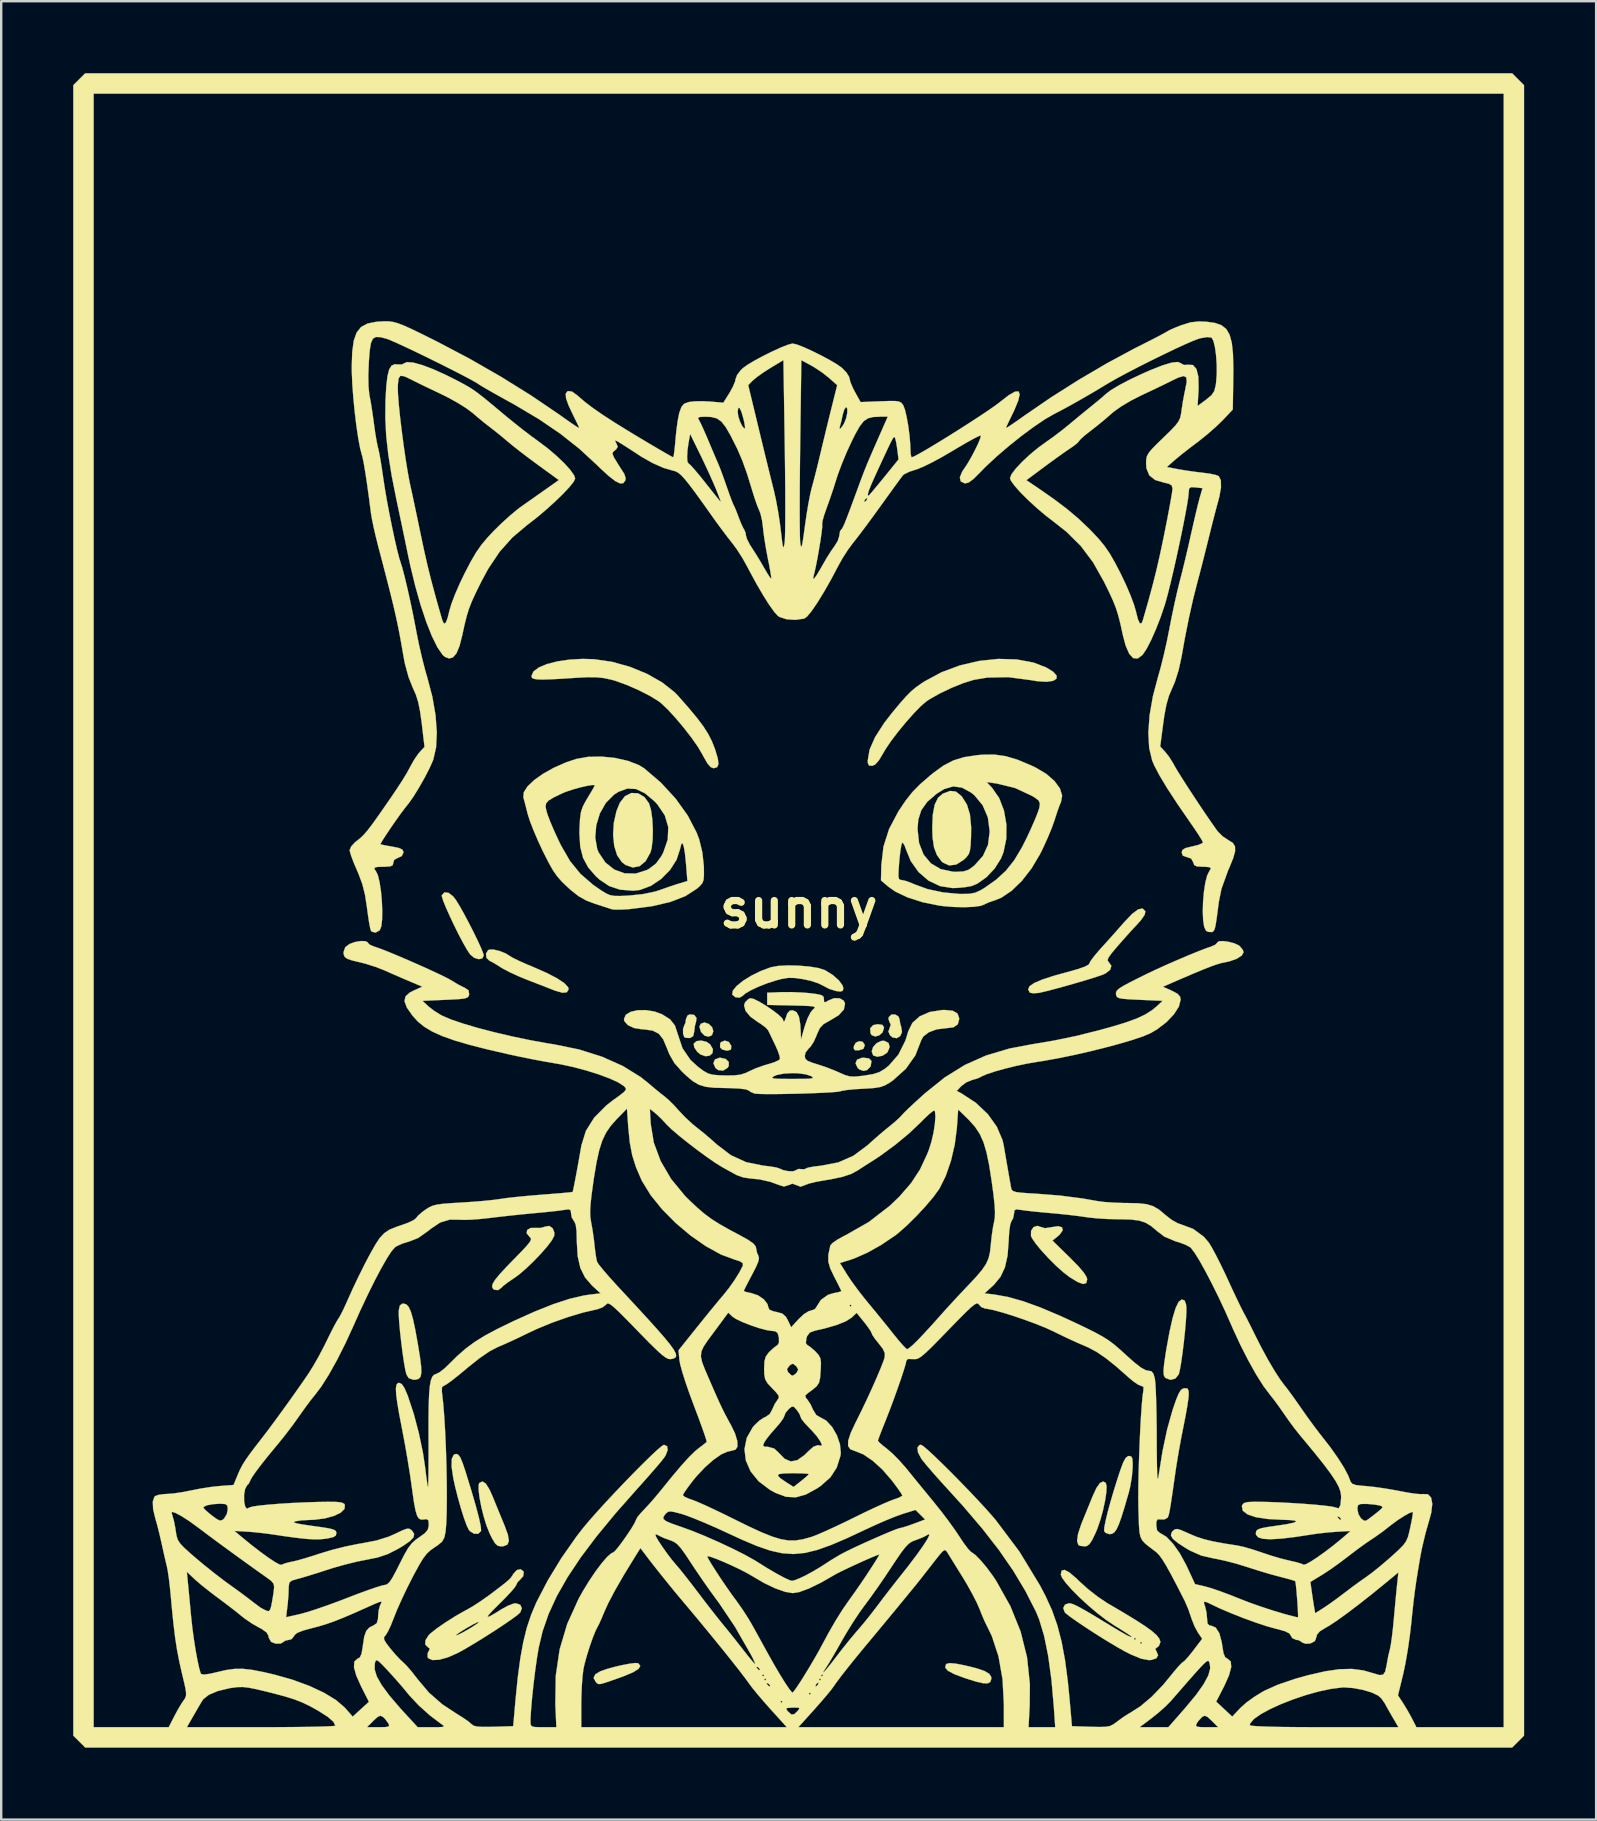
<source format=kicad_pcb>
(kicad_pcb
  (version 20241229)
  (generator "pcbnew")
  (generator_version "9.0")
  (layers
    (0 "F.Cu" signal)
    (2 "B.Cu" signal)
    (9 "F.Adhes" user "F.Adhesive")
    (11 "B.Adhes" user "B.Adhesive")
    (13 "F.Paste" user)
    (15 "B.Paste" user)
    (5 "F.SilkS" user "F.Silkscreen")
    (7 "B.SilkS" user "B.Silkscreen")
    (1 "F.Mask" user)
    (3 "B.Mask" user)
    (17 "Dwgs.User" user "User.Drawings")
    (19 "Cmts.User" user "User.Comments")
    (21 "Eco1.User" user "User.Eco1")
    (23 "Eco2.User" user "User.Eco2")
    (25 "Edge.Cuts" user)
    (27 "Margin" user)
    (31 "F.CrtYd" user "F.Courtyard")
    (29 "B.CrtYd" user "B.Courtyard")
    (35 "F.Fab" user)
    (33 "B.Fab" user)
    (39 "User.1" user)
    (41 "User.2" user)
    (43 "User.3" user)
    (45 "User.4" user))
  (footprint "sunny"
    (layer "F.Cu")
    (at 30.231 34.803)
    (property "Reference" "sunny" (at 0 0 0) (layer "F.SilkS") (effects (font (size 1.524 1.524) (thickness 0.3))))
    (attr through_hole)
    (fp_poly (pts (xy -3.749 4.813) (xy -3.606 4.954) (xy -3.556 5.121) (xy -3.614 5.286) (xy -3.752 5.347) (xy -3.919 5.304) (xy -4.062 5.156) (xy -4.08 5.12) (xy -4.136 4.93) (xy -4.081 4.809) (xy -3.926 4.753) (xy -3.749 4.813)) (stroke (width 0.01) (type solid)) (fill yes) (layer "F.SilkS"))
    (fp_poly (pts (xy -3.041 6.274) (xy -2.913 6.402) (xy -2.914 6.569) (xy -2.957 6.639) (xy -3.147 6.76) (xy -3.356 6.738) (xy -3.468 6.65) (xy -3.554 6.454) (xy -3.491 6.297) (xy -3.3 6.224) (xy -3.268 6.223) (xy -3.041 6.274)) (stroke (width 0.01) (type solid)) (fill yes) (layer "F.SilkS"))
    (fp_poly (pts (xy -2.909 5.567) (xy -2.812 5.723) (xy -2.809 5.737) (xy -2.82 5.878) (xy -2.941 5.925) (xy -3.002 5.927) (xy -3.187 5.881) (xy -3.274 5.794) (xy -3.273 5.632) (xy -3.238 5.574) (xy -3.075 5.508) (xy -2.909 5.567)) (stroke (width 0.01) (type solid)) (fill yes) (layer "F.SilkS"))
    (fp_poly (pts (xy 2.667 5.559) (xy 2.748 5.676) (xy 2.752 5.715) (xy 2.697 5.852) (xy 2.514 5.912) (xy 2.512 5.912) (xy 2.343 5.913) (xy 2.293 5.835) (xy 2.3 5.742) (xy 2.38 5.596) (xy 2.523 5.534) (xy 2.667 5.559)) (stroke (width 0.01) (type solid)) (fill yes) (layer "F.SilkS"))
    (fp_poly (pts (xy 3.49 4.855) (xy 3.555 4.955) (xy 3.556 4.978) (xy 3.498 5.164) (xy 3.358 5.291) (xy 3.189 5.338) (xy 3.043 5.284) (xy 2.994 5.207) (xy 2.979 4.997) (xy 3.106 4.863) (xy 3.299 4.826) (xy 3.49 4.855)) (stroke (width 0.01) (type solid)) (fill yes) (layer "F.SilkS"))
    (fp_poly (pts (xy 2.93 6.251) (xy 3.025 6.347) (xy 3.033 6.375) (xy 2.999 6.583) (xy 2.853 6.735) (xy 2.709 6.773) (xy 2.53 6.712) (xy 2.459 6.65) (xy 2.369 6.456) (xy 2.43 6.306) (xy 2.627 6.228) (xy 2.709 6.223) (xy 2.93 6.251)) (stroke (width 0.01) (type solid)) (fill yes) (layer "F.SilkS"))
    (fp_poly (pts (xy -3.838 5.562) (xy -3.689 5.666) (xy -3.573 5.868) (xy -3.59 6.032) (xy -3.706 6.136) (xy -3.885 6.161) (xy -4.093 6.087) (xy -4.226 5.977) (xy -4.353 5.79) (xy -4.374 5.636) (xy -4.374 5.635) (xy -4.255 5.531) (xy -4.055 5.508) (xy -3.838 5.562)) (stroke (width 0.01) (type solid)) (fill yes) (layer "F.SilkS"))
    (fp_poly (pts (xy 3.743 5.606) (xy 3.793 5.774) (xy 3.711 5.977) (xy 3.677 6.018) (xy 3.495 6.139) (xy 3.28 6.182) (xy 3.113 6.132) (xy 3.104 6.124) (xy 3.042 5.963) (xy 3.1 5.78) (xy 3.244 5.618) (xy 3.44 5.523) (xy 3.569 5.518) (xy 3.743 5.606)) (stroke (width 0.01) (type solid)) (fill yes) (layer "F.SilkS"))
    (fp_poly (pts (xy 4.161 4.508) (xy 4.2 4.614) (xy 4.239 4.834) (xy 4.271 4.927) (xy 4.306 5.151) (xy 4.232 5.322) (xy 4.089 5.408) (xy 3.915 5.38) (xy 3.808 5.289) (xy 3.738 5.131) (xy 3.788 4.999) (xy 3.837 4.836) (xy 3.793 4.758) (xy 3.742 4.611) (xy 3.756 4.529) (xy 3.867 4.424) (xy 4.026 4.422) (xy 4.161 4.508)) (stroke (width 0.01) (type solid)) (fill yes) (layer "F.SilkS"))
    (fp_poly (pts (xy -4.349 4.44) (xy -4.256 4.569) (xy -4.275 4.714) (xy -4.327 4.913) (xy -4.35 5.122) (xy -4.394 5.321) (xy -4.521 5.399) (xy -4.533 5.401) (xy -4.701 5.395) (xy -4.766 5.366) (xy -4.817 5.226) (xy -4.819 5.03) (xy -4.77 4.883) (xy -4.765 4.878) (xy -4.715 4.752) (xy -4.702 4.633) (xy -4.635 4.466) (xy -4.542 4.417) (xy -4.349 4.44)) (stroke (width 0.01) (type solid)) (fill yes) (layer "F.SilkS"))
    (fp_poly (pts (xy 6.561 31.474) (xy 6.912 31.542) (xy 7.399 31.661) (xy 7.735 31.775) (xy 7.937 31.892) (xy 8.024 32.023) (xy 8.027 32.115) (xy 7.983 32.236) (xy 7.878 32.294) (xy 7.689 32.29) (xy 7.392 32.221) (xy 6.965 32.087) (xy 6.916 32.071) (xy 6.491 31.912) (xy 6.224 31.772) (xy 6.107 31.642) (xy 6.13 31.517) (xy 6.16 31.483) (xy 6.29 31.449) (xy 6.561 31.474)) (stroke (width 0.01) (type solid)) (fill yes) (layer "F.SilkS"))
    (fp_poly (pts (xy -6.686 31.455) (xy -6.6 31.563) (xy -6.668 31.686) (xy -6.895 31.829) (xy -7.284 31.994) (xy -7.451 32.054) (xy -7.834 32.189) (xy -8.089 32.275) (xy -8.245 32.318) (xy -8.336 32.324) (xy -8.391 32.299) (xy -8.442 32.249) (xy -8.45 32.241) (xy -8.546 32.069) (xy -8.474 31.915) (xy -8.266 31.792) (xy -8.005 31.699) (xy -7.682 31.609) (xy -7.343 31.53) (xy -7.033 31.472) (xy -6.797 31.445) (xy -6.686 31.455)) (stroke (width 0.01) (type solid)) (fill yes) (layer "F.SilkS"))
    (fp_poly (pts (xy -6.688 -4.795) (xy -6.426 -4.638) (xy -6.237 -4.377) (xy -6.154 -4.107) (xy -6.1 -3.728) (xy -6.076 -3.297) (xy -6.085 -2.872) (xy -6.127 -2.509) (xy -6.177 -2.328) (xy -6.377 -1.969) (xy -6.628 -1.759) (xy -6.912 -1.704) (xy -7.212 -1.809) (xy -7.365 -1.926) (xy -7.564 -2.21) (xy -7.687 -2.606) (xy -7.733 -3.073) (xy -7.702 -3.571) (xy -7.591 -4.06) (xy -7.449 -4.405) (xy -7.235 -4.679) (xy -6.969 -4.809) (xy -6.688 -4.795)) (stroke (width 0.01) (type solid)) (fill yes) (layer "F.SilkS"))
    (fp_poly (pts (xy -13.038 23.969) (xy -12.886 24.21) (xy -12.745 24.525) (xy -12.586 24.916) (xy -12.404 25.359) (xy -12.256 25.717) (xy -12.117 26.097) (xy -12.075 26.355) (xy -12.133 26.509) (xy -12.296 26.578) (xy -12.418 26.585) (xy -12.542 26.559) (xy -12.651 26.459) (xy -12.775 26.254) (xy -12.881 26.037) (xy -13.008 25.719) (xy -13.124 25.343) (xy -13.223 24.947) (xy -13.296 24.569) (xy -13.336 24.248) (xy -13.335 24.021) (xy -13.305 23.939) (xy -13.175 23.881) (xy -13.038 23.969)) (stroke (width 0.01) (type solid)) (fill yes) (layer "F.SilkS"))
    (fp_poly (pts (xy 12.797 23.939) (xy 12.832 24.075) (xy 12.821 24.332) (xy 12.769 24.675) (xy 12.686 25.064) (xy 12.578 25.461) (xy 12.454 25.829) (xy 12.377 26.014) (xy 12.231 26.317) (xy 12.116 26.492) (xy 12.009 26.571) (xy 11.915 26.585) (xy 11.735 26.564) (xy 11.656 26.529) (xy 11.601 26.359) (xy 11.642 26.065) (xy 11.775 25.66) (xy 11.801 25.596) (xy 11.943 25.248) (xy 12.109 24.841) (xy 12.237 24.525) (xy 12.407 24.153) (xy 12.557 23.942) (xy 12.692 23.881) (xy 12.797 23.939)) (stroke (width 0.01) (type solid)) (fill yes) (layer "F.SilkS"))
    (fp_poly (pts (xy -14.186 22.765) (xy -14.101 22.879) (xy -14.006 23.103) (xy -13.885 23.462) (xy -13.875 23.495) (xy -13.632 24.285) (xy -13.446 24.926) (xy -13.318 25.416) (xy -13.247 25.753) (xy -13.234 25.934) (xy -13.238 25.95) (xy -13.353 26.061) (xy -13.527 26.059) (xy -13.7 25.951) (xy -13.751 25.887) (xy -13.839 25.7) (xy -13.952 25.389) (xy -14.076 24.993) (xy -14.2 24.554) (xy -14.312 24.111) (xy -14.393 23.741) (xy -14.463 23.267) (xy -14.456 22.942) (xy -14.372 22.766) (xy -14.275 22.733) (xy -14.186 22.765)) (stroke (width 0.01) (type solid)) (fill yes) (layer "F.SilkS"))
    (fp_poly (pts (xy -14.595 -0.65) (xy -14.405 -0.507) (xy -14.289 -0.36) (xy -14.135 -0.111) (xy -13.95 0.217) (xy -13.751 0.591) (xy -13.553 0.978) (xy -13.375 1.344) (xy -13.233 1.654) (xy -13.145 1.875) (xy -13.123 1.962) (xy -13.184 2.085) (xy -13.333 2.117) (xy -13.519 2.06) (xy -13.689 1.92) (xy -13.693 1.915) (xy -13.819 1.726) (xy -13.982 1.44) (xy -14.167 1.089) (xy -14.357 0.706) (xy -14.538 0.324) (xy -14.694 -0.026) (xy -14.81 -0.31) (xy -14.869 -0.497) (xy -14.872 -0.547) (xy -14.761 -0.667) (xy -14.595 -0.65)) (stroke (width 0.01) (type solid)) (fill yes) (layer "F.SilkS"))
    (fp_poly (pts (xy 6.554 -4.866) (xy 6.776 -4.687) (xy 6.806 -4.653) (xy 7.013 -4.323) (xy 7.138 -3.909) (xy 7.188 -3.382) (xy 7.183 -2.981) (xy 7.165 -2.63) (xy 7.136 -2.401) (xy 7.081 -2.248) (xy 6.985 -2.126) (xy 6.878 -2.025) (xy 6.57 -1.828) (xy 6.275 -1.789) (xy 6.011 -1.908) (xy 5.947 -1.968) (xy 5.759 -2.226) (xy 5.64 -2.542) (xy 5.579 -2.954) (xy 5.566 -3.347) (xy 5.589 -3.907) (xy 5.668 -4.323) (xy 5.808 -4.61) (xy 6.013 -4.785) (xy 6.014 -4.785) (xy 6.315 -4.896) (xy 6.554 -4.866)) (stroke (width 0.01) (type solid)) (fill yes) (layer "F.SilkS"))
    (fp_poly (pts (xy 16.083 16.34) (xy 16.14 16.491) (xy 16.156 16.622) (xy 16.156 16.849) (xy 16.136 17.193) (xy 16.099 17.613) (xy 16.051 18.069) (xy 15.996 18.518) (xy 15.939 18.921) (xy 15.884 19.236) (xy 15.838 19.418) (xy 15.698 19.592) (xy 15.495 19.647) (xy 15.295 19.572) (xy 15.247 19.524) (xy 15.21 19.43) (xy 15.204 19.254) (xy 15.231 18.972) (xy 15.291 18.559) (xy 15.323 18.36) (xy 15.458 17.624) (xy 15.587 17.053) (xy 15.712 16.645) (xy 15.835 16.395) (xy 15.956 16.3) (xy 15.971 16.298) (xy 16.083 16.34)) (stroke (width 0.01) (type solid)) (fill yes) (layer "F.SilkS"))
    (fp_poly (pts (xy -16.354 16.498) (xy -16.254 16.602) (xy -16.163 16.797) (xy -16.074 17.103) (xy -15.98 17.539) (xy -15.875 18.122) (xy -15.866 18.172) (xy -15.78 18.701) (xy -15.732 19.087) (xy -15.723 19.351) (xy -15.756 19.516) (xy -15.836 19.605) (xy -15.964 19.639) (xy -16.057 19.643) (xy -16.248 19.576) (xy -16.343 19.425) (xy -16.391 19.235) (xy -16.447 18.919) (xy -16.506 18.518) (xy -16.562 18.076) (xy -16.611 17.634) (xy -16.647 17.234) (xy -16.666 16.919) (xy -16.664 16.75) (xy -16.619 16.547) (xy -16.518 16.472) (xy -16.469 16.468) (xy -16.354 16.498)) (stroke (width 0.01) (type solid)) (fill yes) (layer "F.SilkS"))
    (fp_poly (pts (xy 13.857 22.838) (xy 13.904 22.924) (xy 13.919 23.116) (xy 13.917 23.313) (xy 13.885 23.684) (xy 13.815 24.097) (xy 13.759 24.329) (xy 13.59 24.913) (xy 13.455 25.352) (xy 13.342 25.666) (xy 13.245 25.876) (xy 13.152 26.002) (xy 13.056 26.062) (xy 12.949 26.077) (xy 12.787 26.021) (xy 12.73 25.949) (xy 12.733 25.815) (xy 12.784 25.548) (xy 12.873 25.175) (xy 12.995 24.726) (xy 13.142 24.226) (xy 13.306 23.704) (xy 13.404 23.41) (xy 13.524 23.087) (xy 13.625 22.901) (xy 13.723 22.824) (xy 13.766 22.818) (xy 13.857 22.838)) (stroke (width 0.01) (type solid)) (fill yes) (layer "F.SilkS"))
    (fp_poly (pts (xy 10.068 13.269) (xy 10.266 13.326) (xy 10.534 13.284) (xy 10.818 13.242) (xy 10.979 13.293) (xy 11.002 13.417) (xy 10.876 13.596) (xy 10.791 13.67) (xy 10.576 13.843) (xy 11.299 14.55) (xy 11.654 14.91) (xy 11.884 15.18) (xy 12.002 15.371) (xy 12.023 15.46) (xy 11.982 15.615) (xy 11.854 15.653) (xy 11.629 15.571) (xy 11.295 15.369) (xy 11.287 15.363) (xy 11.022 15.159) (xy 10.719 14.886) (xy 10.409 14.577) (xy 10.12 14.263) (xy 9.882 13.975) (xy 9.724 13.745) (xy 9.68 13.645) (xy 9.685 13.431) (xy 9.791 13.278) (xy 9.955 13.229) (xy 10.068 13.269)) (stroke (width 0.01) (type solid)) (fill yes) (layer "F.SilkS"))
    (fp_poly (pts (xy -12.468 1.774) (xy -12.209 1.877) (xy -12.023 1.993) (xy -11.894 2.069) (xy -11.647 2.189) (xy -11.321 2.334) (xy -11.06 2.443) (xy -10.496 2.691) (xy -10.059 2.919) (xy -9.758 3.121) (xy -9.603 3.291) (xy -9.586 3.378) (xy -9.664 3.498) (xy -9.845 3.515) (xy -10.143 3.431) (xy -10.202 3.408) (xy -10.435 3.317) (xy -10.768 3.187) (xy -11.144 3.042) (xy -11.303 2.981) (xy -11.682 2.825) (xy -12.042 2.659) (xy -12.324 2.511) (xy -12.404 2.462) (xy -12.638 2.314) (xy -12.834 2.204) (xy -12.89 2.179) (xy -13.01 2.061) (xy -13.03 1.89) (xy -12.949 1.747) (xy -12.901 1.72) (xy -12.722 1.714) (xy -12.468 1.774)) (stroke (width 0.01) (type solid)) (fill yes) (layer "F.SilkS"))
    (fp_poly (pts (xy -10.251 13.328) (xy -10.179 13.508) (xy -10.188 13.647) (xy -10.28 13.825) (xy -10.472 14.08) (xy -10.735 14.382) (xy -11.039 14.699) (xy -11.354 15.002) (xy -11.651 15.257) (xy -11.872 15.417) (xy -12.119 15.583) (xy -12.308 15.729) (xy -12.387 15.809) (xy -12.527 15.908) (xy -12.691 15.889) (xy -12.728 15.861) (xy -12.776 15.772) (xy -12.754 15.649) (xy -12.65 15.477) (xy -12.452 15.236) (xy -12.147 14.908) (xy -11.922 14.677) (xy -11.587 14.334) (xy -11.357 14.09) (xy -11.219 13.924) (xy -11.158 13.816) (xy -11.159 13.745) (xy -11.208 13.692) (xy -11.216 13.686) (xy -11.336 13.535) (xy -11.312 13.399) (xy -11.167 13.317) (xy -10.986 13.314) (xy -10.748 13.315) (xy -10.565 13.261) (xy -10.394 13.232) (xy -10.251 13.328)) (stroke (width 0.01) (type solid)) (fill yes) (layer "F.SilkS"))
    (fp_poly (pts (xy -0.002 2.386) (xy 0.439 2.423) (xy 0.82 2.485) (xy 1.089 2.57) (xy 1.101 2.576) (xy 1.419 2.774) (xy 1.673 2.997) (xy 1.83 3.21) (xy 1.863 3.329) (xy 1.838 3.436) (xy 1.734 3.465) (xy 1.566 3.445) (xy 1.28 3.359) (xy 1.025 3.224) (xy 0.816 3.121) (xy 0.508 3.02) (xy 0.193 2.95) (xy -0.159 2.9) (xy -0.432 2.895) (xy -0.71 2.941) (xy -0.939 3.001) (xy -1.307 3.119) (xy -1.671 3.262) (xy -1.992 3.412) (xy -2.226 3.548) (xy -2.327 3.639) (xy -2.46 3.719) (xy -2.634 3.703) (xy -2.761 3.601) (xy -2.769 3.583) (xy -2.744 3.428) (xy -2.586 3.235) (xy -2.324 3.022) (xy -1.983 2.809) (xy -1.592 2.615) (xy -1.177 2.459) (xy -1.155 2.452) (xy -0.852 2.397) (xy -0.45 2.376) (xy -0.002 2.386)) (stroke (width 0.01) (type solid)) (fill yes) (layer "F.SilkS"))
    (fp_poly (pts (xy 9.084 -10.375) (xy 9.787 -10.243) (xy 10.318 -10.039) (xy 10.613 -9.856) (xy 10.751 -9.696) (xy 10.742 -9.568) (xy 10.599 -9.481) (xy 10.333 -9.443) (xy 9.954 -9.465) (xy 9.656 -9.514) (xy 8.733 -9.635) (xy 7.864 -9.618) (xy 7.302 -9.525) (xy 6.874 -9.393) (xy 6.377 -9.193) (xy 5.881 -8.957) (xy 5.455 -8.716) (xy 5.323 -8.628) (xy 5.089 -8.427) (xy 4.792 -8.122) (xy 4.464 -7.751) (xy 4.137 -7.353) (xy 3.844 -6.966) (xy 3.614 -6.626) (xy 3.533 -6.486) (xy 3.343 -6.167) (xy 3.183 -5.991) (xy 3.069 -5.942) (xy 2.933 -5.95) (xy 2.883 -6.057) (xy 2.879 -6.164) (xy 2.955 -6.614) (xy 3.184 -7.136) (xy 3.566 -7.73) (xy 3.908 -8.17) (xy 4.226 -8.55) (xy 4.47 -8.827) (xy 4.673 -9.033) (xy 4.866 -9.198) (xy 5.082 -9.352) (xy 5.243 -9.458) (xy 5.95 -9.839) (xy 6.718 -10.125) (xy 7.518 -10.312) (xy 8.317 -10.396) (xy 9.084 -10.375)) (stroke (width 0.01) (type solid)) (fill yes) (layer "F.SilkS"))
    (fp_poly (pts (xy 14.443 0.116) (xy 14.448 0.128) (xy 14.418 0.267) (xy 14.266 0.487) (xy 14.114 0.657) (xy 13.865 0.925) (xy 13.568 1.255) (xy 13.284 1.579) (xy 13.263 1.603) (xy 13.036 1.873) (xy 12.911 2.048) (xy 12.872 2.157) (xy 12.905 2.226) (xy 12.926 2.243) (xy 13.03 2.393) (xy 12.982 2.556) (xy 12.793 2.707) (xy 12.658 2.768) (xy 12.4 2.856) (xy 12.034 2.97) (xy 11.603 3.098) (xy 11.148 3.228) (xy 10.712 3.348) (xy 10.336 3.446) (xy 10.063 3.51) (xy 9.991 3.523) (xy 9.776 3.539) (xy 9.64 3.514) (xy 9.631 3.507) (xy 9.561 3.377) (xy 9.619 3.246) (xy 9.812 3.111) (xy 10.149 2.966) (xy 10.638 2.807) (xy 11.187 2.656) (xy 11.619 2.534) (xy 11.924 2.428) (xy 12.085 2.342) (xy 12.107 2.307) (xy 12.161 2.198) (xy 12.305 2.002) (xy 12.512 1.756) (xy 12.594 1.665) (xy 12.899 1.328) (xy 13.243 0.942) (xy 13.555 0.587) (xy 13.573 0.567) (xy 13.897 0.228) (xy 14.149 0.04) (xy 14.33 0.004) (xy 14.443 0.116)) (stroke (width 0.01) (type solid)) (fill yes) (layer "F.SilkS"))
    (fp_poly (pts (xy -8.526 -10.383) (xy -7.779 -10.275) (xy -7.031 -10.067) (xy -6.321 -9.775) (xy -5.688 -9.416) (xy -5.169 -9.007) (xy -5.021 -8.853) (xy -4.575 -8.345) (xy -4.23 -7.929) (xy -3.969 -7.581) (xy -3.772 -7.272) (xy -3.621 -6.976) (xy -3.498 -6.668) (xy -3.479 -6.613) (xy -3.37 -6.248) (xy -3.341 -6.012) (xy -3.396 -5.884) (xy -3.536 -5.842) (xy -3.552 -5.842) (xy -3.672 -5.89) (xy -3.807 -6.049) (xy -3.974 -6.341) (xy -4.011 -6.413) (xy -4.2 -6.734) (xy -4.471 -7.12) (xy -4.791 -7.533) (xy -5.13 -7.935) (xy -5.454 -8.288) (xy -5.734 -8.552) (xy -5.831 -8.628) (xy -6.203 -8.858) (xy -6.674 -9.097) (xy -7.176 -9.316) (xy -7.645 -9.485) (xy -7.796 -9.528) (xy -8.115 -9.597) (xy -8.437 -9.631) (xy -8.82 -9.632) (xy -9.229 -9.611) (xy -9.847 -9.571) (xy -10.317 -9.546) (xy -10.658 -9.536) (xy -10.89 -9.542) (xy -11.033 -9.565) (xy -11.107 -9.605) (xy -11.133 -9.664) (xy -11.134 -9.685) (xy -11.053 -9.871) (xy -10.829 -10.039) (xy -10.486 -10.182) (xy -10.049 -10.294) (xy -9.542 -10.368) (xy -8.992 -10.397) (xy -8.526 -10.383)) (stroke (width 0.01) (type solid)) (fill yes) (layer "F.SilkS"))
    (fp_poly (pts (xy -11.469 27.626) (xy -11.458 27.651) (xy -11.476 27.825) (xy -11.585 27.946) (xy -11.721 28.088) (xy -11.769 28.193) (xy -11.826 28.289) (xy -11.982 28.473) (xy -12.212 28.719) (xy -12.467 28.975) (xy -12.76 29.267) (xy -12.926 29.449) (xy -12.964 29.525) (xy -12.871 29.497) (xy -12.647 29.37) (xy -12.376 29.201) (xy -12.119 29.061) (xy -11.888 28.972) (xy -11.792 28.956) (xy -11.603 29.017) (xy -11.534 29.165) (xy -11.605 29.344) (xy -11.732 29.455) (xy -11.975 29.633) (xy -12.303 29.858) (xy -12.687 30.111) (xy -13.096 30.372) (xy -13.5 30.621) (xy -13.869 30.841) (xy -14.173 31.01) (xy -14.223 31.036) (xy -14.63 31.213) (xy -14.985 31.31) (xy -15.261 31.323) (xy -15.432 31.249) (xy -15.464 31.199) (xy -15.458 31.029) (xy -15.417 30.954) (xy -15.37 30.846) (xy -15.45 30.789) (xy -15.564 30.674) (xy -15.55 30.494) (xy -15.424 30.299) (xy -14.28 30.299) (xy -14.187 30.268) (xy -13.991 30.169) (xy -13.712 30.01) (xy -13.468 29.855) (xy -13.356 29.775) (xy -13.321 29.729) (xy -13.414 29.76) (xy -13.61 29.859) (xy -13.889 30.019) (xy -14.134 30.173) (xy -14.245 30.254) (xy -14.28 30.299) (xy -15.424 30.299) (xy -15.414 30.284) (xy -15.346 30.216) (xy -15.082 30.006) (xy -14.72 29.755) (xy -14.313 29.498) (xy -13.914 29.27) (xy -13.796 29.208) (xy -13.553 29.066) (xy -13.234 28.857) (xy -12.897 28.619) (xy -12.793 28.541) (xy -12.456 28.285) (xy -12.227 28.107) (xy -12.081 27.981) (xy -11.988 27.883) (xy -11.924 27.79) (xy -11.887 27.726) (xy -11.744 27.573) (xy -11.588 27.536) (xy -11.469 27.626)) (stroke (width 0.01) (type solid)) (fill yes) (layer "F.SilkS"))
    (fp_poly (pts (xy 11.287 27.676) (xy 11.581 27.927) (xy 11.705 28.049) (xy 12.049 28.359) (xy 12.451 28.674) (xy 12.832 28.932) (xy 12.877 28.959) (xy 13.528 29.341) (xy 14.042 29.654) (xy 14.435 29.908) (xy 14.721 30.114) (xy 14.912 30.282) (xy 15.023 30.422) (xy 15.068 30.544) (xy 15.071 30.583) (xy 15.009 30.74) (xy 14.942 30.789) (xy 14.859 30.859) (xy 14.909 30.954) (xy 14.979 31.124) (xy 14.9 31.253) (xy 14.689 31.32) (xy 14.586 31.325) (xy 14.267 31.264) (xy 13.831 31.084) (xy 13.589 30.96) (xy 13.259 30.774) (xy 12.98 30.607) (xy 14.224 30.607) (xy 14.266 30.649) (xy 14.309 30.607) (xy 14.266 30.565) (xy 14.224 30.607) (xy 12.98 30.607) (xy 12.873 30.543) (xy 12.703 30.438) (xy 13.97 30.438) (xy 14.012 30.48) (xy 14.055 30.438) (xy 14.012 30.395) (xy 13.97 30.438) (xy 12.703 30.438) (xy 12.462 30.288) (xy 12.056 30.026) (xy 11.684 29.778) (xy 11.376 29.564) (xy 11.164 29.403) (xy 11.087 29.331) (xy 11.024 29.156) (xy 11.099 29.011) (xy 11.266 28.956) (xy 11.354 28.968) (xy 11.476 29.011) (xy 11.652 29.097) (xy 11.902 29.234) (xy 12.245 29.435) (xy 12.701 29.71) (xy 12.996 29.89) (xy 13.4 30.132) (xy 13.674 30.287) (xy 13.832 30.362) (xy 13.885 30.364) (xy 13.885 30.362) (xy 13.818 30.304) (xy 13.635 30.181) (xy 13.367 30.011) (xy 13.145 29.875) (xy 12.813 29.652) (xy 12.448 29.371) (xy 12.075 29.054) (xy 11.716 28.725) (xy 11.397 28.406) (xy 11.142 28.121) (xy 10.976 27.894) (xy 10.922 27.756) (xy 10.961 27.592) (xy 11.082 27.565) (xy 11.287 27.676)) (stroke (width 0.01) (type solid)) (fill yes) (layer "F.SilkS"))
    (fp_poly (pts (xy -16.061 -22.744) (xy -15.685 -22.641) (xy -15.213 -22.461) (xy -14.659 -22.209) (xy -14.224 -21.99) (xy -13.972 -21.856) (xy -13.764 -21.739) (xy -13.572 -21.617) (xy -13.369 -21.472) (xy -13.126 -21.283) (xy -12.817 -21.03) (xy -12.414 -20.693) (xy -12.277 -20.578) (xy -11.894 -20.264) (xy -11.488 -19.942) (xy -11.112 -19.656) (xy -10.879 -19.487) (xy -10.48 -19.188) (xy -10.104 -18.87) (xy -9.776 -18.558) (xy -9.519 -18.275) (xy -9.358 -18.046) (xy -9.313 -17.914) (xy -9.376 -17.779) (xy -9.549 -17.561) (xy -9.81 -17.282) (xy -10.135 -16.966) (xy -10.502 -16.633) (xy -10.888 -16.306) (xy -11.27 -16.008) (xy -11.303 -15.984) (xy -11.926 -15.46) (xy -12.46 -14.863) (xy -12.933 -14.157) (xy -13.224 -13.619) (xy -13.45 -13.162) (xy -13.615 -12.803) (xy -13.737 -12.493) (xy -13.834 -12.179) (xy -13.925 -11.812) (xy -14.017 -11.388) (xy -14.133 -10.931) (xy -14.26 -10.627) (xy -14.406 -10.46) (xy -14.563 -10.414) (xy -14.73 -10.474) (xy -14.836 -10.562) (xy -15.055 -10.881) (xy -15.285 -11.349) (xy -15.521 -11.943) (xy -15.754 -12.645) (xy -15.977 -13.433) (xy -16.184 -14.287) (xy -16.271 -14.69) (xy -16.389 -15.263) (xy -16.525 -15.916) (xy -16.662 -16.564) (xy -16.767 -17.06) (xy -16.962 -18.047) (xy -17.101 -18.913) (xy -17.188 -19.695) (xy -17.225 -20.431) (xy -17.218 -21.157) (xy -17.215 -21.224) (xy -17.187 -21.698) (xy -16.705 -21.698) (xy -16.696 -21.416) (xy -16.664 -21.003) (xy -16.612 -20.495) (xy -16.544 -19.928) (xy -16.467 -19.338) (xy -16.384 -18.762) (xy -16.299 -18.234) (xy -16.219 -17.791) (xy -16.171 -17.568) (xy -16.129 -17.379) (xy -16.059 -17.057) (xy -15.97 -16.634) (xy -15.867 -16.144) (xy -15.758 -15.619) (xy -15.608 -14.913) (xy -15.464 -14.278) (xy -15.31 -13.661) (xy -15.135 -13.008) (xy -14.925 -12.264) (xy -14.848 -12.002) (xy -14.781 -11.867) (xy -14.707 -11.901) (xy -14.628 -12.103) (xy -14.56 -12.383) (xy -14.473 -12.682) (xy -14.32 -13.084) (xy -14.121 -13.543) (xy -13.915 -13.971) (xy -13.663 -14.454) (xy -13.444 -14.829) (xy -13.224 -15.144) (xy -12.972 -15.446) (xy -12.723 -15.712) (xy -12.392 -16.038) (xy -12.039 -16.359) (xy -11.715 -16.63) (xy -11.557 -16.748) (xy -11.209 -16.992) (xy -10.818 -17.267) (xy -10.522 -17.476) (xy -9.995 -17.849) (xy -10.851 -18.471) (xy -11.226 -18.748) (xy -11.594 -19.028) (xy -11.908 -19.275) (xy -12.104 -19.437) (xy -12.387 -19.675) (xy -12.68 -19.91) (xy -12.834 -20.028) (xy -13.084 -20.223) (xy -13.382 -20.468) (xy -13.584 -20.642) (xy -13.846 -20.839) (xy -14.212 -21.068) (xy -14.628 -21.298) (xy -14.897 -21.431) (xy -15.3 -21.623) (xy -15.691 -21.811) (xy -16.019 -21.972) (xy -16.195 -22.061) (xy -16.446 -22.177) (xy -16.595 -22.192) (xy -16.671 -22.085) (xy -16.7 -21.837) (xy -16.705 -21.698) (xy -17.187 -21.698) (xy -17.182 -21.78) (xy -17.134 -22.185) (xy -17.064 -22.457) (xy -16.967 -22.614) (xy -16.836 -22.675) (xy -16.712 -22.668) (xy -16.539 -22.664) (xy -16.461 -22.702) (xy -16.325 -22.766) (xy -16.061 -22.744)) (stroke (width 0.01) (type solid)) (fill yes) (layer "F.SilkS"))
    (fp_poly (pts (xy 8.62 -6.344) (xy 9.118 -6.197) (xy 9.689 -5.956) (xy 9.887 -5.862) (xy 10.323 -5.602) (xy 10.66 -5.308) (xy 10.885 -5) (xy 10.98 -4.7) (xy 10.93 -4.43) (xy 10.925 -4.42) (xy 10.862 -4.27) (xy 10.771 -4.012) (xy 10.67 -3.7) (xy 10.665 -3.683) (xy 10.545 -3.345) (xy 10.37 -2.925) (xy 10.171 -2.489) (xy 10.06 -2.265) (xy 9.705 -1.667) (xy 9.302 -1.149) (xy 8.874 -0.734) (xy 8.445 -0.446) (xy 8.195 -0.344) (xy 7.953 -0.263) (xy 7.778 -0.187) (xy 7.743 -0.165) (xy 7.577 -0.104) (xy 7.284 -0.065) (xy 6.905 -0.049) (xy 6.479 -0.058) (xy 6.049 -0.092) (xy 5.842 -0.119) (xy 5.151 -0.261) (xy 4.534 -0.459) (xy 4.025 -0.702) (xy 3.741 -0.901) (xy 3.429 -1.166) (xy 3.434 -1.352) (xy 4.157 -1.352) (xy 4.177 -1.236) (xy 4.227 -1.191) (xy 4.287 -1.183) (xy 4.455 -1.147) (xy 4.699 -1.058) (xy 4.826 -1.002) (xy 5.371 -0.804) (xy 6.014 -0.666) (xy 6.688 -0.603) (xy 6.778 -0.601) (xy 7.114 -0.608) (xy 7.358 -0.654) (xy 7.59 -0.76) (xy 7.74 -0.851) (xy 8.233 -1.199) (xy 8.637 -1.571) (xy 8.983 -2.007) (xy 9.306 -2.547) (xy 9.502 -2.938) (xy 9.688 -3.338) (xy 9.849 -3.707) (xy 9.968 -4.006) (xy 10.031 -4.195) (xy 10.033 -4.206) (xy 10.051 -4.373) (xy 10.003 -4.491) (xy 9.854 -4.608) (xy 9.718 -4.69) (xy 9.016 -5.018) (xy 8.261 -5.202) (xy 8.255 -5.202) (xy 7.832 -5.264) (xy 8.059 -5.024) (xy 8.355 -4.599) (xy 8.556 -4.073) (xy 8.657 -3.493) (xy 8.652 -2.9) (xy 8.535 -2.34) (xy 8.428 -2.074) (xy 8.164 -1.657) (xy 7.823 -1.297) (xy 7.45 -1.033) (xy 7.202 -0.931) (xy 6.942 -0.884) (xy 6.607 -0.853) (xy 6.409 -0.847) (xy 5.892 -0.928) (xy 5.412 -1.156) (xy 4.997 -1.512) (xy 4.67 -1.973) (xy 4.48 -2.437) (xy 4.405 -2.639) (xy 4.336 -2.736) (xy 4.311 -2.733) (xy 4.277 -2.624) (xy 4.238 -2.388) (xy 4.201 -2.07) (xy 4.189 -1.926) (xy 4.163 -1.571) (xy 4.157 -1.352) (xy 3.434 -1.352) (xy 3.446 -1.818) (xy 3.535 -2.577) (xy 3.766 -3.302) (xy 4.954 -3.302) (xy 5.018 -2.72) (xy 5.206 -2.241) (xy 5.51 -1.877) (xy 5.92 -1.636) (xy 6.427 -1.529) (xy 6.572 -1.524) (xy 6.87 -1.541) (xy 7.083 -1.611) (xy 7.295 -1.764) (xy 7.326 -1.791) (xy 7.682 -2.19) (xy 7.888 -2.644) (xy 7.958 -3.182) (xy 7.959 -3.217) (xy 7.884 -3.788) (xy 7.668 -4.296) (xy 7.325 -4.712) (xy 7.182 -4.827) (xy 6.804 -5.033) (xy 6.441 -5.083) (xy 6.067 -4.974) (xy 5.752 -4.78) (xy 5.359 -4.441) (xy 5.11 -4.093) (xy 4.983 -3.693) (xy 4.954 -3.302) (xy 3.766 -3.302) (xy 3.767 -3.306) (xy 4.154 -4.039) (xy 4.17 -4.064) (xy 4.459 -4.494) (xy 4.742 -4.85) (xy 5.067 -5.18) (xy 5.477 -5.536) (xy 5.61 -5.644) (xy 6.037 -5.954) (xy 6.45 -6.167) (xy 6.901 -6.304) (xy 7.446 -6.386) (xy 7.662 -6.404) (xy 8.15 -6.41) (xy 8.62 -6.344)) (stroke (width 0.01) (type solid)) (fill yes) (layer "F.SilkS"))
    (fp_poly (pts (xy -7.65 -6.268) (xy -7.11 -6.147) (xy -6.654 -5.969) (xy -6.437 -5.836) (xy -5.737 -5.237) (xy -5.124 -4.57) (xy -4.621 -3.867) (xy -4.251 -3.156) (xy -4.146 -2.879) (xy -4.013 -2.333) (xy -3.951 -1.751) (xy -3.95 -1.705) (xy -3.947 -1.383) (xy -3.964 -1.178) (xy -4.021 -1.04) (xy -4.134 -0.916) (xy -4.249 -0.816) (xy -4.72 -0.512) (xy -5.346 -0.269) (xy -6.122 -0.088) (xy -7.044 0.029) (xy -7.112 0.035) (xy -7.417 0.052) (xy -7.664 0.051) (xy -7.789 0.036) (xy -7.93 -0.011) (xy -8.179 -0.092) (xy -8.484 -0.19) (xy -8.498 -0.195) (xy -8.86 -0.332) (xy -9.17 -0.508) (xy -9.494 -0.763) (xy -9.624 -0.88) (xy -9.867 -1.113) (xy -10.063 -1.336) (xy -10.238 -1.587) (xy -10.42 -1.909) (xy -10.639 -2.34) (xy -10.67 -2.404) (xy -10.871 -2.837) (xy -11.055 -3.267) (xy -11.201 -3.647) (xy -11.29 -3.927) (xy -11.293 -3.937) (xy -11.364 -4.222) (xy -10.546 -4.222) (xy -10.497 -4.015) (xy -10.456 -3.887) (xy -10.351 -3.61) (xy -10.193 -3.241) (xy -10.009 -2.84) (xy -9.904 -2.624) (xy -9.527 -1.972) (xy -9.095 -1.44) (xy -8.565 -0.981) (xy -8.239 -0.756) (xy -8.037 -0.631) (xy -7.871 -0.556) (xy -7.69 -0.521) (xy -7.443 -0.517) (xy -7.078 -0.534) (xy -7.069 -0.535) (xy -6.497 -0.594) (xy -5.988 -0.7) (xy -5.799 -0.76) (xy -5.467 -0.877) (xy -5.143 -0.986) (xy -4.964 -1.042) (xy -4.637 -1.141) (xy -4.695 -1.859) (xy -4.739 -2.29) (xy -4.787 -2.577) (xy -4.837 -2.713) (xy -4.887 -2.692) (xy -4.935 -2.509) (xy -4.938 -2.485) (xy -5.087 -2.029) (xy -5.362 -1.599) (xy -5.73 -1.226) (xy -6.158 -0.939) (xy -6.611 -0.769) (xy -6.894 -0.736) (xy -7.442 -0.78) (xy -7.895 -0.93) (xy -8.303 -1.204) (xy -8.451 -1.339) (xy -8.772 -1.709) (xy -8.985 -2.106) (xy -9.102 -2.566) (xy -9.126 -2.954) (xy -8.477 -2.954) (xy -8.396 -2.481) (xy -8.336 -2.333) (xy -8.055 -1.912) (xy -7.685 -1.619) (xy -7.256 -1.462) (xy -6.797 -1.451) (xy -6.334 -1.595) (xy -6.231 -1.651) (xy -5.945 -1.87) (xy -5.723 -2.173) (xy -5.644 -2.323) (xy -5.456 -2.868) (xy -5.434 -3.388) (xy -5.58 -3.88) (xy -5.893 -4.342) (xy -6.006 -4.461) (xy -6.406 -4.797) (xy -6.777 -4.974) (xy -7.136 -4.994) (xy -7.504 -4.861) (xy -7.698 -4.736) (xy -8.034 -4.398) (xy -8.284 -3.958) (xy -8.435 -3.461) (xy -8.477 -2.954) (xy -9.126 -2.954) (xy -9.137 -3.13) (xy -9.131 -3.37) (xy -9.11 -3.746) (xy -9.072 -4.013) (xy -8.999 -4.235) (xy -8.876 -4.471) (xy -8.79 -4.613) (xy -8.639 -4.865) (xy -8.533 -5.05) (xy -8.493 -5.133) (xy -8.494 -5.134) (xy -8.602 -5.141) (xy -8.823 -5.105) (xy -9.11 -5.039) (xy -9.417 -4.953) (xy -9.696 -4.86) (xy -9.846 -4.798) (xy -10.199 -4.628) (xy -10.418 -4.497) (xy -10.527 -4.372) (xy -10.546 -4.222) (xy -11.364 -4.222) (xy -11.369 -4.241) (xy -11.437 -4.501) (xy -11.473 -4.629) (xy -11.455 -4.84) (xy -11.297 -5.085) (xy -11.021 -5.347) (xy -10.649 -5.611) (xy -10.203 -5.86) (xy -9.706 -6.08) (xy -9.27 -6.227) (xy -8.779 -6.315) (xy -8.222 -6.326) (xy -7.65 -6.268)) (stroke (width 0.01) (type solid)) (fill yes) (layer "F.SilkS"))
    (fp_poly (pts (xy 0.168 3.508) (xy 0.466 3.533) (xy 0.777 3.574) (xy 0.955 3.617) (xy 1.035 3.678) (xy 1.053 3.772) (xy 1.052 3.782) (xy 1.061 3.904) (xy 1.131 3.903) (xy 1.238 3.838) (xy 1.48 3.741) (xy 1.712 3.748) (xy 1.88 3.847) (xy 1.933 3.965) (xy 1.884 4.213) (xy 1.667 4.453) (xy 1.283 4.684) (xy 1.274 4.688) (xy 1.031 4.827) (xy 0.879 4.992) (xy 0.762 5.249) (xy 0.747 5.292) (xy 0.629 5.557) (xy 0.494 5.765) (xy 0.425 5.831) (xy 0.29 6) (xy 0.254 6.146) (xy 0.278 6.266) (xy 0.373 6.354) (xy 0.578 6.436) (xy 0.741 6.485) (xy 1.114 6.607) (xy 1.511 6.761) (xy 1.683 6.837) (xy 1.934 6.947) (xy 2.133 7.002) (xy 2.347 7.01) (xy 2.642 6.979) (xy 2.759 6.963) (xy 3.113 6.903) (xy 3.363 6.822) (xy 3.578 6.695) (xy 3.758 6.55) (xy 4.155 6.095) (xy 4.449 5.507) (xy 4.568 5.118) (xy 4.739 4.77) (xy 5.044 4.498) (xy 5.463 4.316) (xy 5.973 4.236) (xy 6.092 4.233) (xy 6.423 4.267) (xy 6.616 4.376) (xy 6.687 4.572) (xy 6.689 4.614) (xy 6.632 4.831) (xy 6.453 4.955) (xy 6.135 4.995) (xy 6.124 4.995) (xy 5.748 5.041) (xy 5.424 5.162) (xy 5.192 5.34) (xy 5.105 5.499) (xy 4.863 6.123) (xy 4.469 6.682) (xy 3.931 7.165) (xy 3.794 7.26) (xy 3.602 7.372) (xy 3.406 7.443) (xy 3.153 7.485) (xy 2.795 7.51) (xy 2.68 7.515) (xy 2.316 7.537) (xy 2.001 7.569) (xy 1.786 7.606) (xy 1.736 7.622) (xy 1.609 7.643) (xy 1.345 7.665) (xy 0.976 7.685) (xy 0.535 7.703) (xy 0.055 7.719) (xy -0.433 7.73) (xy -0.896 7.737) (xy -1.302 7.739) (xy -1.618 7.733) (xy -1.812 7.721) (xy -1.828 7.719) (xy -2.008 7.646) (xy -2.074 7.592) (xy -2.205 7.541) (xy -2.489 7.506) (xy -2.91 7.488) (xy -3.048 7.486) (xy -3.524 7.474) (xy -3.879 7.434) (xy -4.16 7.348) (xy -4.415 7.197) (xy -4.564 7.071) (xy -1.094 7.071) (xy -0.999 7.092) (xy -0.785 7.102) (xy -0.431 7.106) (xy -0.254 7.106) (xy 0.159 7.104) (xy 0.424 7.097) (xy 0.562 7.081) (xy 0.595 7.052) (xy 0.545 7.007) (xy 0.508 6.985) (xy 0.292 6.915) (xy -0.029 6.872) (xy -0.254 6.864) (xy -0.61 6.884) (xy -0.898 6.939) (xy -1.016 6.985) (xy -1.093 7.037) (xy -1.094 7.071) (xy -4.564 7.071) (xy -4.69 6.965) (xy -4.868 6.795) (xy -5.177 6.448) (xy -5.39 6.075) (xy -5.488 5.828) (xy -5.646 5.455) (xy -5.831 5.221) (xy -6.083 5.093) (xy -6.444 5.041) (xy -6.54 5.037) (xy -6.863 4.984) (xy -7.117 4.865) (xy -7.262 4.702) (xy -7.281 4.614) (xy -7.206 4.437) (xy -7.005 4.312) (xy -6.713 4.244) (xy -6.367 4.239) (xy -6.003 4.299) (xy -5.695 4.412) (xy -5.362 4.62) (xy -5.156 4.881) (xy -5.036 5.246) (xy -5.035 5.249) (xy -4.841 5.829) (xy -4.511 6.312) (xy -4.195 6.601) (xy -3.959 6.776) (xy -3.772 6.88) (xy -3.573 6.933) (xy -3.303 6.955) (xy -3.08 6.962) (xy -2.697 6.96) (xy -2.423 6.928) (xy -2.199 6.855) (xy -2.074 6.794) (xy -1.786 6.663) (xy -1.439 6.54) (xy -1.274 6.493) (xy -1.015 6.412) (xy -0.833 6.326) (xy -0.779 6.274) (xy -0.796 6.15) (xy -0.874 5.927) (xy -0.979 5.69) (xy -1.111 5.415) (xy -1.219 5.19) (xy -1.272 5.08) (xy -1.375 4.966) (xy -1.574 4.816) (xy -1.702 4.736) (xy -2.018 4.507) (xy -2.214 4.268) (xy -2.275 4.044) (xy -2.235 3.917) (xy -2.098 3.781) (xy -2.011 3.742) (xy -1.871 3.775) (xy -1.643 3.887) (xy -1.369 4.051) (xy -1.091 4.238) (xy -0.851 4.421) (xy -0.693 4.571) (xy -0.654 4.636) (xy -0.626 4.719) (xy -0.593 4.703) (xy -0.537 4.564) (xy -0.474 4.376) (xy -0.36 4.256) (xy -0.237 4.249) (xy -0.088 4.322) (xy 0.011 4.507) (xy 0.066 4.824) (xy 0.082 5.08) (xy 0.097 5.461) (xy 0.253 4.913) (xy 0.367 4.588) (xy 0.498 4.332) (xy 0.592 4.217) (xy 0.66 4.155) (xy 0.67 4.113) (xy 0.598 4.085) (xy 0.423 4.067) (xy 0.121 4.055) (xy -0.269 4.045) (xy -1.312 4.022) (xy -1.312 3.514) (xy -0.72 3.49) (xy -0.298 3.488) (xy 0.168 3.508)) (stroke (width 0.01) (type solid)) (fill yes) (layer "F.SilkS"))
    (fp_poly (pts (xy -17.084 -24.462) (xy -16.903 -24.438) (xy -16.702 -24.383) (xy -16.456 -24.289) (xy -16.14 -24.147) (xy -15.729 -23.948) (xy -15.199 -23.684) (xy -15.028 -23.598) (xy -13.714 -22.906) (xy -12.4 -22.152) (xy -11.141 -21.368) (xy -9.99 -20.587) (xy -9.942 -20.552) (xy -9.63 -20.331) (xy -9.375 -20.156) (xy -9.204 -20.045) (xy -9.144 -20.016) (xy -9.179 -20.104) (xy -9.272 -20.299) (xy -9.394 -20.546) (xy -9.59 -20.962) (xy -9.694 -21.257) (xy -9.708 -21.446) (xy -9.636 -21.547) (xy -9.613 -21.558) (xy -9.442 -21.535) (xy -9.21 -21.367) (xy -9.202 -21.359) (xy -8.928 -21.121) (xy -8.589 -20.861) (xy -8.165 -20.567) (xy -7.637 -20.226) (xy -6.987 -19.825) (xy -6.635 -19.614) (xy -6.205 -19.357) (xy -5.826 -19.134) (xy -5.521 -18.957) (xy -5.315 -18.84) (xy -5.23 -18.796) (xy -5.229 -18.796) (xy -5.226 -18.807) (xy -4.649 -18.807) (xy -4.634 -18.61) (xy -4.589 -18.542) (xy -4.514 -18.479) (xy -4.358 -18.308) (xy -4.144 -18.055) (xy -3.895 -17.745) (xy -3.891 -17.739) (xy -3.646 -17.43) (xy -3.443 -17.175) (xy -3.302 -17.002) (xy -3.245 -16.935) (xy -3.244 -16.935) (xy -3.265 -17.006) (xy -3.335 -17.193) (xy -3.439 -17.457) (xy -3.441 -17.462) (xy -3.569 -17.764) (xy -3.746 -18.158) (xy -3.946 -18.587) (xy -4.087 -18.881) (xy -4.522 -19.77) (xy -4.584 -19.431) (xy -4.633 -19.094) (xy -4.649 -18.807) (xy -5.226 -18.807) (xy -5.205 -18.874) (xy -5.176 -19.083) (xy -5.145 -19.386) (xy -5.132 -19.547) (xy -5.093 -19.94) (xy -5.041 -20.317) (xy -5.018 -20.434) (xy -4.195 -20.434) (xy -4.173 -20.384) (xy -4.107 -20.263) (xy -3.995 -20.026) (xy -3.856 -19.712) (xy -3.773 -19.516) (xy -3.621 -19.155) (xy -3.481 -18.825) (xy -3.374 -18.577) (xy -3.341 -18.5) (xy -3.26 -18.299) (xy -3.148 -17.996) (xy -3.025 -17.648) (xy -2.997 -17.568) (xy -2.885 -17.248) (xy -2.787 -16.986) (xy -2.722 -16.828) (xy -2.71 -16.806) (xy -2.651 -16.683) (xy -2.561 -16.459) (xy -2.501 -16.298) (xy -2.401 -16.043) (xy -2.312 -15.853) (xy -2.275 -15.795) (xy -2.211 -15.647) (xy -2.201 -15.556) (xy -2.156 -15.396) (xy -2.04 -15.167) (xy -1.962 -15.044) (xy -1.786 -14.77) (xy -1.582 -14.435) (xy -1.445 -14.198) (xy -1.302 -13.954) (xy -1.192 -13.787) (xy -1.141 -13.732) (xy -1.141 -13.733) (xy -1.145 -13.821) (xy -1.18 -14.038) (xy -1.237 -14.347) (xy -1.281 -14.563) (xy -1.36 -14.982) (xy -1.429 -15.403) (xy -1.476 -15.757) (xy -1.485 -15.857) (xy -1.527 -16.172) (xy -1.593 -16.452) (xy -1.641 -16.577) (xy -1.722 -16.77) (xy -1.827 -17.067) (xy -1.933 -17.405) (xy -1.944 -17.441) (xy -2.146 -18.098) (xy -2.343 -18.647) (xy -2.557 -19.148) (xy -2.814 -19.66) (xy -2.821 -19.674) (xy -3.031 -20.043) (xy -3.214 -20.281) (xy -3.407 -20.417) (xy -3.645 -20.477) (xy -3.911 -20.489) (xy -4.125 -20.477) (xy -4.195 -20.434) (xy -5.018 -20.434) (xy -4.984 -20.61) (xy -4.969 -20.666) (xy -4.967 -20.673) (xy -2.54 -20.673) (xy -2.512 -20.489) (xy -2.442 -20.281) (xy -2.355 -20.101) (xy -2.273 -20.002) (xy -2.237 -20.003) (xy -2.239 -20.093) (xy -2.275 -20.291) (xy -2.302 -20.407) (xy -2.385 -20.692) (xy -2.458 -20.847) (xy -2.513 -20.862) (xy -2.539 -20.724) (xy -2.54 -20.673) (xy -4.967 -20.673) (xy -4.882 -20.905) (xy -4.77 -21.031) (xy -4.581 -21.099) (xy -4.569 -21.102) (xy -4.328 -21.13) (xy -3.998 -21.135) (xy -3.707 -21.121) (xy -3.139 -21.072) (xy -2.883 -21.479) (xy -2.741 -21.737) (xy -2.714 -21.802) (xy -2.102 -21.802) (xy -1.653 -19.939) (xy -1.511 -19.352) (xy -1.371 -18.776) (xy -1.241 -18.246) (xy -1.13 -17.799) (xy -1.048 -17.469) (xy -1.03 -17.399) (xy -0.944 -17.011) (xy -0.856 -16.531) (xy -0.781 -16.036) (xy -0.75 -15.79) (xy -0.703 -15.394) (xy -0.669 -15.149) (xy -0.644 -15.042) (xy -0.621 -15.056) (xy -0.596 -15.175) (xy -0.583 -15.257) (xy -0.572 -15.427) (xy -0.563 -15.745) (xy -0.559 -16.193) (xy -0.558 -16.42) (xy 0.043 -16.42) (xy 0.046 -15.919) (xy 0.051 -15.537) (xy 0.06 -15.295) (xy 0.066 -15.231) (xy 0.089 -15.1) (xy 0.113 -15.066) (xy 0.142 -15.145) (xy 0.179 -15.353) (xy 0.23 -15.705) (xy 0.264 -15.96) (xy 0.331 -16.424) (xy 0.406 -16.874) (xy 0.481 -17.258) (xy 0.545 -17.526) (xy 0.545 -17.526) (xy 0.623 -17.813) (xy 0.724 -18.203) (xy 0.83 -18.634) (xy 0.889 -18.881) (xy 1.001 -19.349) (xy 1.134 -19.901) (xy 1.156 -19.989) (xy 1.697 -19.989) (xy 1.742 -19.997) (xy 1.83 -20.106) (xy 1.903 -20.231) (xy 1.981 -20.434) (xy 2.024 -20.643) (xy 2.028 -20.809) (xy 1.988 -20.884) (xy 1.957 -20.876) (xy 1.893 -20.769) (xy 1.833 -20.566) (xy 1.825 -20.527) (xy 1.774 -20.289) (xy 1.726 -20.114) (xy 1.722 -20.102) (xy 1.697 -19.989) (xy 1.156 -19.989) (xy 1.269 -20.454) (xy 1.352 -20.786) (xy 1.605 -21.802) (xy 1.274 -22.098) (xy 0.993 -22.321) (xy 0.664 -22.54) (xy 0.527 -22.62) (xy 0.111 -22.845) (xy 0.062 -19.225) (xy 0.053 -18.443) (xy 0.046 -17.702) (xy 0.043 -17.021) (xy 0.043 -16.42) (xy -0.558 -16.42) (xy -0.557 -16.749) (xy -0.559 -17.395) (xy -0.565 -18.11) (xy -0.574 -18.874) (xy -0.579 -19.251) (xy -0.635 -22.846) (xy -1.179 -22.519) (xy -1.476 -22.329) (xy -1.738 -22.143) (xy -1.909 -22) (xy -1.913 -21.997) (xy -2.102 -21.802) (xy -2.714 -21.802) (xy -2.647 -21.965) (xy -2.626 -22.068) (xy -2.564 -22.232) (xy -2.408 -22.433) (xy -2.324 -22.514) (xy -2.127 -22.656) (xy -1.832 -22.831) (xy -1.478 -23.021) (xy -1.105 -23.206) (xy -0.753 -23.367) (xy -0.461 -23.483) (xy -0.267 -23.536) (xy -0.247 -23.537) (xy -0.075 -23.497) (xy 0.203 -23.39) (xy 0.546 -23.235) (xy 0.917 -23.052) (xy 1.275 -22.861) (xy 1.581 -22.681) (xy 1.794 -22.532) (xy 1.813 -22.516) (xy 1.994 -22.325) (xy 2.103 -22.149) (xy 2.117 -22.089) (xy 2.157 -21.928) (xy 2.259 -21.687) (xy 2.349 -21.513) (xy 2.581 -21.098) (xy 3.406 -21.131) (xy 3.788 -21.144) (xy 4.037 -21.142) (xy 4.189 -21.118) (xy 4.28 -21.067) (xy 4.348 -20.983) (xy 4.353 -20.975) (xy 4.425 -20.792) (xy 4.498 -20.488) (xy 4.566 -20.11) (xy 4.619 -19.705) (xy 4.651 -19.322) (xy 4.657 -19.129) (xy 4.669 -18.919) (xy 4.699 -18.804) (xy 4.711 -18.796) (xy 4.823 -18.84) (xy 5.051 -18.963) (xy 5.373 -19.149) (xy 5.763 -19.384) (xy 6.198 -19.651) (xy 6.654 -19.937) (xy 7.106 -20.226) (xy 7.53 -20.502) (xy 7.903 -20.751) (xy 8.199 -20.958) (xy 8.396 -21.107) (xy 8.399 -21.11) (xy 8.758 -21.387) (xy 9.012 -21.532) (xy 9.162 -21.544) (xy 9.209 -21.422) (xy 9.152 -21.166) (xy 8.993 -20.776) (xy 8.884 -20.549) (xy 8.758 -20.29) (xy 8.669 -20.097) (xy 8.636 -20.014) (xy 8.7 -20.047) (xy 8.874 -20.161) (xy 9.132 -20.338) (xy 9.434 -20.552) (xy 10.506 -21.287) (xy 11.66 -22.018) (xy 12.835 -22.708) (xy 13.969 -23.32) (xy 14.179 -23.426) (xy 14.577 -23.627) (xy 14.924 -23.805) (xy 15.189 -23.946) (xy 15.344 -24.032) (xy 15.368 -24.048) (xy 15.489 -24.113) (xy 15.716 -24.211) (xy 15.952 -24.304) (xy 16.324 -24.419) (xy 16.669 -24.459) (xy 16.994 -24.446) (xy 17.342 -24.398) (xy 17.612 -24.305) (xy 17.815 -24.148) (xy 17.957 -23.908) (xy 18.049 -23.567) (xy 18.098 -23.106) (xy 18.113 -22.507) (xy 18.11 -22.069) (xy 18.09 -20.786) (xy 17.66 -20.333) (xy 17.381 -20.063) (xy 17.029 -19.756) (xy 16.671 -19.467) (xy 16.595 -19.41) (xy 16.27 -19.164) (xy 15.957 -18.919) (xy 15.711 -18.716) (xy 15.652 -18.665) (xy 15.344 -18.391) (xy 15.821 -18.3) (xy 16.182 -18.24) (xy 16.597 -18.182) (xy 16.849 -18.153) (xy 17.15 -18.112) (xy 17.389 -18.059) (xy 17.505 -18.013) (xy 17.592 -17.841) (xy 17.599 -17.544) (xy 17.528 -17.143) (xy 17.485 -16.983) (xy 17.418 -16.74) (xy 17.323 -16.377) (xy 17.211 -15.94) (xy 17.095 -15.473) (xy 17.069 -15.367) (xy 16.946 -14.874) (xy 16.821 -14.377) (xy 16.705 -13.928) (xy 16.613 -13.583) (xy 16.603 -13.547) (xy 16.437 -12.89) (xy 16.264 -12.116) (xy 16.096 -11.275) (xy 15.958 -10.499) (xy 15.834 -9.93) (xy 15.673 -9.424) (xy 15.57 -9.188) (xy 15.431 -8.862) (xy 15.324 -8.494) (xy 15.237 -8.032) (xy 15.192 -7.714) (xy 15.065 -6.746) (xy 15.27 -6.527) (xy 15.443 -6.305) (xy 15.613 -6.032) (xy 15.646 -5.969) (xy 15.747 -5.792) (xy 15.924 -5.506) (xy 16.155 -5.143) (xy 16.422 -4.734) (xy 16.703 -4.309) (xy 16.978 -3.9) (xy 17.227 -3.538) (xy 17.428 -3.253) (xy 17.461 -3.209) (xy 17.666 -3.003) (xy 17.915 -2.838) (xy 17.921 -2.836) (xy 18.093 -2.727) (xy 18.182 -2.585) (xy 18.187 -2.383) (xy 18.108 -2.095) (xy 17.945 -1.693) (xy 17.894 -1.581) (xy 17.618 -0.815) (xy 17.506 -0.258) (xy 17.446 0.213) (xy 17.4 0.543) (xy 17.362 0.758) (xy 17.325 0.886) (xy 17.283 0.952) (xy 17.231 0.985) (xy 17.224 0.988) (xy 17.061 0.979) (xy 16.975 0.93) (xy 16.899 0.778) (xy 16.855 0.5) (xy 16.84 0.136) (xy 16.851 -0.273) (xy 16.887 -0.687) (xy 16.944 -1.067) (xy 17.022 -1.372) (xy 17.116 -1.561) (xy 17.117 -1.562) (xy 17.179 -1.663) (xy 17.125 -1.716) (xy 16.933 -1.735) (xy 16.828 -1.736) (xy 16.595 -1.749) (xy 16.482 -1.805) (xy 16.441 -1.921) (xy 16.355 -2.078) (xy 16.187 -2.133) (xy 16.008 -2.196) (xy 15.96 -2.328) (xy 15.992 -2.436) (xy 16.113 -2.511) (xy 16.36 -2.574) (xy 16.408 -2.584) (xy 16.654 -2.645) (xy 16.813 -2.713) (xy 16.847 -2.753) (xy 16.797 -2.853) (xy 16.67 -3.058) (xy 16.485 -3.336) (xy 16.314 -3.583) (xy 15.785 -4.351) (xy 15.363 -4.997) (xy 15.043 -5.527) (xy 14.822 -5.947) (xy 14.731 -6.16) (xy 14.606 -6.681) (xy 14.571 -7.319) (xy 14.623 -8.047) (xy 14.76 -8.837) (xy 14.968 -9.621) (xy 15.085 -10.037) (xy 15.214 -10.554) (xy 15.339 -11.108) (xy 15.444 -11.633) (xy 15.446 -11.642) (xy 15.547 -12.161) (xy 15.662 -12.706) (xy 15.777 -13.213) (xy 15.877 -13.62) (xy 15.88 -13.631) (xy 15.985 -14.038) (xy 16.108 -14.545) (xy 16.236 -15.086) (xy 16.347 -15.579) (xy 16.45 -16.037) (xy 16.551 -16.472) (xy 16.64 -16.838) (xy 16.706 -17.091) (xy 16.713 -17.116) (xy 16.828 -17.51) (xy 16.542 -17.543) (xy 16.349 -17.553) (xy 16.27 -17.493) (xy 16.253 -17.321) (xy 16.253 -17.318) (xy 16.232 -17.114) (xy 16.178 -16.774) (xy 16.096 -16.329) (xy 15.993 -15.808) (xy 15.875 -15.239) (xy 15.749 -14.654) (xy 15.62 -14.081) (xy 15.495 -13.55) (xy 15.38 -13.09) (xy 15.281 -12.73) (xy 15.259 -12.654) (xy 15.083 -12.135) (xy 14.886 -11.63) (xy 14.685 -11.176) (xy 14.495 -10.81) (xy 14.333 -10.568) (xy 14.328 -10.562) (xy 14.128 -10.412) (xy 13.943 -10.428) (xy 13.774 -10.608) (xy 13.625 -10.949) (xy 13.509 -11.388) (xy 13.409 -11.848) (xy 13.318 -12.208) (xy 13.219 -12.52) (xy 13.094 -12.835) (xy 12.924 -13.204) (xy 12.723 -13.612) (xy 12.269 -14.419) (xy 11.759 -15.099) (xy 11.159 -15.694) (xy 10.679 -16.073) (xy 10.296 -16.368) (xy 9.913 -16.693) (xy 9.553 -17.024) (xy 9.239 -17.338) (xy 8.995 -17.613) (xy 8.844 -17.824) (xy 8.837 -17.844) (xy 9.489 -17.844) (xy 9.973 -17.518) (xy 10.628 -17.062) (xy 11.173 -16.651) (xy 11.646 -16.253) (xy 12.087 -15.836) (xy 12.215 -15.705) (xy 12.516 -15.384) (xy 12.757 -15.089) (xy 12.97 -14.775) (xy 13.189 -14.392) (xy 13.408 -13.97) (xy 13.634 -13.498) (xy 13.829 -13.042) (xy 13.976 -12.648) (xy 14.052 -12.383) (xy 14.137 -12.047) (xy 14.215 -11.88) (xy 14.288 -11.881) (xy 14.34 -12.002) (xy 14.563 -12.778) (xy 14.745 -13.449) (xy 14.902 -14.07) (xy 15.046 -14.698) (xy 15.192 -15.387) (xy 15.244 -15.643) (xy 15.347 -16.162) (xy 15.437 -16.635) (xy 15.509 -17.031) (xy 15.558 -17.323) (xy 15.578 -17.482) (xy 15.579 -17.491) (xy 15.547 -17.622) (xy 15.422 -17.698) (xy 15.242 -17.737) (xy 14.855 -17.851) (xy 14.61 -18.046) (xy 14.492 -18.336) (xy 14.478 -18.527) (xy 14.482 -18.701) (xy 14.512 -18.842) (xy 14.586 -18.981) (xy 14.726 -19.149) (xy 14.953 -19.379) (xy 15.187 -19.606) (xy 15.493 -19.904) (xy 15.698 -20.119) (xy 15.825 -20.288) (xy 15.897 -20.442) (xy 15.936 -20.617) (xy 15.954 -20.749) (xy 16.007 -21.104) (xy 16.075 -21.468) (xy 16.104 -21.6) (xy 16.168 -21.935) (xy 16.154 -22.125) (xy 16.046 -22.184) (xy 15.829 -22.123) (xy 15.603 -22.016) (xy 15.309 -21.87) (xy 14.922 -21.683) (xy 14.505 -21.485) (xy 14.283 -21.381) (xy 13.846 -21.159) (xy 13.442 -20.919) (xy 13.126 -20.694) (xy 13.056 -20.634) (xy 12.766 -20.383) (xy 12.424 -20.102) (xy 12.171 -19.905) (xy 11.932 -19.717) (xy 11.759 -19.564) (xy 11.685 -19.478) (xy 11.684 -19.474) (xy 11.619 -19.396) (xy 11.453 -19.265) (xy 11.324 -19.177) (xy 11.101 -19.025) (xy 10.791 -18.805) (xy 10.443 -18.552) (xy 10.227 -18.393) (xy 9.489 -17.844) (xy 8.837 -17.844) (xy 8.805 -17.931) (xy 8.87 -18.092) (xy 9.045 -18.324) (xy 9.306 -18.603) (xy 9.625 -18.901) (xy 9.976 -19.193) (xy 10.304 -19.431) (xy 10.631 -19.664) (xy 11 -19.945) (xy 11.303 -20.191) (xy 11.623 -20.458) (xy 11.963 -20.737) (xy 12.233 -20.956) (xy 12.479 -21.156) (xy 12.686 -21.332) (xy 12.79 -21.427) (xy 13.006 -21.593) (xy 13.353 -21.801) (xy 13.803 -22.037) (xy 14.329 -22.285) (xy 14.658 -22.429) (xy 15.168 -22.63) (xy 15.545 -22.743) (xy 15.8 -22.77) (xy 15.944 -22.711) (xy 15.96 -22.69) (xy 16.072 -22.643) (xy 16.212 -22.655) (xy 16.429 -22.642) (xy 16.577 -22.474) (xy 16.656 -22.151) (xy 16.666 -21.674) (xy 16.663 -21.601) (xy 16.624 -20.937) (xy 16.98 -21.2) (xy 17.199 -21.381) (xy 17.317 -21.554) (xy 17.378 -21.794) (xy 17.394 -21.906) (xy 17.421 -22.261) (xy 17.42 -22.652) (xy 17.394 -23.041) (xy 17.347 -23.385) (xy 17.284 -23.645) (xy 17.21 -23.78) (xy 17.203 -23.784) (xy 17.028 -23.807) (xy 16.748 -23.76) (xy 16.667 -23.738) (xy 16.446 -23.655) (xy 16.106 -23.507) (xy 15.676 -23.309) (xy 15.188 -23.074) (xy 14.67 -22.82) (xy 14.153 -22.559) (xy 13.667 -22.307) (xy 13.242 -22.078) (xy 12.908 -21.888) (xy 12.827 -21.839) (xy 12.349 -21.55) (xy 11.831 -21.249) (xy 11.324 -20.963) (xy 10.878 -20.721) (xy 10.647 -20.603) (xy 10.267 -20.385) (xy 9.805 -20.073) (xy 9.294 -19.695) (xy 8.769 -19.276) (xy 8.265 -18.845) (xy 7.817 -18.43) (xy 7.555 -18.163) (xy 7.287 -17.895) (xy 7.089 -17.749) (xy 6.939 -17.709) (xy 6.921 -17.711) (xy 6.751 -17.794) (xy 6.716 -17.965) (xy 6.816 -18.206) (xy 6.885 -18.307) (xy 7.029 -18.523) (xy 7.189 -18.797) (xy 7.345 -19.092) (xy 7.477 -19.366) (xy 7.565 -19.581) (xy 7.59 -19.698) (xy 7.586 -19.705) (xy 7.502 -19.679) (xy 7.3 -19.577) (xy 7.005 -19.415) (xy 6.644 -19.204) (xy 6.416 -19.068) (xy 5.981 -18.814) (xy 5.564 -18.588) (xy 5.203 -18.411) (xy 4.934 -18.299) (xy 4.868 -18.28) (xy 4.603 -18.193) (xy 4.399 -18.092) (xy 4.338 -18.04) (xy 4.255 -17.929) (xy 4.091 -17.706) (xy 3.868 -17.398) (xy 3.603 -17.031) (xy 3.411 -16.764) (xy 3.109 -16.346) (xy 2.813 -15.944) (xy 2.55 -15.594) (xy 2.345 -15.329) (xy 2.267 -15.232) (xy 2.053 -14.943) (xy 1.824 -14.586) (xy 1.665 -14.301) (xy 1.353 -13.712) (xy 1.054 -13.187) (xy 0.78 -12.741) (xy 0.544 -12.396) (xy 0.356 -12.167) (xy 0.234 -12.076) (xy -0.137 -12.023) (xy -0.501 -12.047) (xy -0.794 -12.142) (xy -0.862 -12.186) (xy -1.015 -12.352) (xy -1.225 -12.646) (xy -1.476 -13.042) (xy -1.753 -13.516) (xy -1.869 -13.73) (xy 0.6 -13.73) (xy 0.644 -13.741) (xy 0.754 -13.893) (xy 0.925 -14.18) (xy 0.985 -14.287) (xy 1.167 -14.602) (xy 1.349 -14.89) (xy 1.491 -15.091) (xy 1.497 -15.098) (xy 1.63 -15.315) (xy 1.693 -15.521) (xy 1.693 -15.538) (xy 1.723 -15.713) (xy 1.771 -15.786) (xy 1.805 -15.821) (xy 1.85 -15.901) (xy 1.915 -16.045) (xy 2.005 -16.271) (xy 2.13 -16.6) (xy 2.256 -16.939) (xy 2.73 -16.939) (xy 2.742 -16.933) (xy 2.819 -16.993) (xy 2.836 -17.018) (xy 2.858 -17.097) (xy 2.846 -17.103) (xy 2.769 -17.043) (xy 2.752 -17.018) (xy 2.73 -16.939) (xy 2.256 -16.939) (xy 2.297 -17.05) (xy 2.368 -17.243) (xy 2.879 -17.243) (xy 2.9 -17.188) (xy 2.904 -17.187) (xy 2.964 -17.249) (xy 3.108 -17.417) (xy 3.314 -17.665) (xy 3.546 -17.948) (xy 4.161 -18.708) (xy 4.103 -19.176) (xy 4.062 -19.431) (xy 4.018 -19.6) (xy 3.99 -19.643) (xy 3.966 -19.633) (xy 3.932 -19.593) (xy 3.879 -19.501) (xy 3.797 -19.338) (xy 3.677 -19.085) (xy 3.507 -18.721) (xy 3.279 -18.228) (xy 3.22 -18.099) (xy 3.033 -17.684) (xy 2.921 -17.403) (xy 2.879 -17.243) (xy 2.368 -17.243) (xy 2.51 -17.632) (xy 2.626 -17.944) (xy 2.732 -18.221) (xy 2.845 -18.501) (xy 2.981 -18.823) (xy 3.155 -19.225) (xy 3.367 -19.706) (xy 3.712 -20.489) (xy 3.385 -20.489) (xy 3.103 -20.476) (xy 2.887 -20.421) (xy 2.709 -20.3) (xy 2.542 -20.088) (xy 2.357 -19.76) (xy 2.205 -19.454) (xy 2.004 -19.017) (xy 1.809 -18.548) (xy 1.647 -18.118) (xy 1.577 -17.906) (xy 1.445 -17.488) (xy 1.293 -17.038) (xy 1.154 -16.653) (xy 1.153 -16.649) (xy 1.051 -16.357) (xy 0.989 -16.124) (xy 0.978 -15.997) (xy 0.98 -15.992) (xy 0.981 -15.888) (xy 0.955 -15.658) (xy 0.91 -15.34) (xy 0.85 -14.974) (xy 0.784 -14.599) (xy 0.716 -14.253) (xy 0.655 -13.977) (xy 0.625 -13.864) (xy 0.6 -13.73) (xy -1.869 -13.73) (xy -2.039 -14.041) (xy -2.151 -14.256) (xy -2.349 -14.608) (xy -2.577 -14.964) (xy -2.766 -15.22) (xy -2.965 -15.471) (xy -3.216 -15.805) (xy -3.477 -16.161) (xy -3.572 -16.295) (xy -3.973 -16.86) (xy -4.292 -17.302) (xy -4.542 -17.636) (xy -4.736 -17.878) (xy -4.889 -18.044) (xy -5.013 -18.149) (xy -5.122 -18.21) (xy -5.231 -18.242) (xy -5.249 -18.245) (xy -5.633 -18.357) (xy -6.083 -18.556) (xy -6.539 -18.813) (xy -6.646 -18.883) (xy -6.94 -19.076) (xy -7.259 -19.281) (xy -7.347 -19.336) (xy -7.554 -19.462) (xy -7.643 -19.498) (xy -7.638 -19.45) (xy -7.601 -19.386) (xy -7.539 -19.236) (xy -7.606 -19.127) (xy -7.652 -19.091) (xy -7.74 -19.013) (xy -7.755 -18.927) (xy -7.692 -18.785) (xy -7.587 -18.61) (xy -7.436 -18.368) (xy -7.308 -18.17) (xy -7.267 -18.109) (xy -7.21 -17.929) (xy -7.223 -17.834) (xy -7.307 -17.719) (xy -7.443 -17.708) (xy -7.642 -17.806) (xy -7.919 -18.02) (xy -8.285 -18.358) (xy -8.408 -18.479) (xy -9.145 -19.158) (xy -9.937 -19.784) (xy -10.819 -20.384) (xy -11.826 -20.983) (xy -12.012 -21.086) (xy -12.428 -21.316) (xy -12.795 -21.523) (xy -13.087 -21.691) (xy -13.275 -21.803) (xy -13.329 -21.839) (xy -13.465 -21.926) (xy -13.727 -22.071) (xy -14.087 -22.26) (xy -14.518 -22.48) (xy -14.991 -22.718) (xy -15.48 -22.959) (xy -15.956 -23.19) (xy -16.393 -23.397) (xy -16.762 -23.567) (xy -17.036 -23.686) (xy -17.169 -23.736) (xy -17.432 -23.804) (xy -17.618 -23.811) (xy -17.743 -23.737) (xy -17.823 -23.56) (xy -17.873 -23.26) (xy -17.909 -22.816) (xy -17.914 -22.724) (xy -17.933 -22.205) (xy -17.926 -21.753) (xy -17.892 -21.415) (xy -17.883 -21.369) (xy -17.83 -21.088) (xy -17.77 -20.709) (xy -17.712 -20.302) (xy -17.698 -20.193) (xy -17.646 -19.819) (xy -17.589 -19.48) (xy -17.539 -19.233) (xy -17.524 -19.177) (xy -17.481 -18.991) (xy -17.425 -18.683) (xy -17.364 -18.298) (xy -17.313 -17.949) (xy -17.247 -17.514) (xy -17.16 -17.006) (xy -17.058 -16.461) (xy -16.948 -15.914) (xy -16.839 -15.4) (xy -16.737 -14.954) (xy -16.649 -14.611) (xy -16.591 -14.427) (xy -16.516 -14.188) (xy -16.419 -13.816) (xy -16.306 -13.344) (xy -16.186 -12.805) (xy -16.066 -12.234) (xy -15.955 -11.663) (xy -15.919 -11.472) (xy -15.817 -10.966) (xy -15.69 -10.416) (xy -15.558 -9.902) (xy -15.476 -9.621) (xy -15.264 -8.817) (xy -15.131 -8.046) (xy -15.079 -7.335) (xy -15.109 -6.711) (xy -15.224 -6.204) (xy -15.235 -6.175) (xy -15.378 -5.85) (xy -15.581 -5.456) (xy -15.813 -5.046) (xy -16.045 -4.67) (xy -16.247 -4.381) (xy -16.299 -4.318) (xy -16.432 -4.15) (xy -16.612 -3.907) (xy -16.815 -3.621) (xy -17.02 -3.324) (xy -17.204 -3.049) (xy -17.345 -2.829) (xy -17.421 -2.696) (xy -17.427 -2.672) (xy -17.335 -2.648) (xy -17.127 -2.607) (xy -16.933 -2.574) (xy -16.66 -2.518) (xy -16.518 -2.454) (xy -16.469 -2.361) (xy -16.468 -2.329) (xy -16.541 -2.175) (xy -16.679 -2.117) (xy -16.855 -2.023) (xy -16.891 -1.905) (xy -16.915 -1.801) (xy -17.013 -1.751) (xy -17.23 -1.736) (xy -17.293 -1.736) (xy -17.557 -1.727) (xy -17.675 -1.693) (xy -17.669 -1.621) (xy -17.622 -1.562) (xy -17.536 -1.388) (xy -17.464 -1.093) (xy -17.407 -0.719) (xy -17.369 -0.307) (xy -17.352 0.103) (xy -17.359 0.471) (xy -17.393 0.754) (xy -17.457 0.913) (xy -17.458 0.914) (xy -17.631 1.009) (xy -17.787 0.971) (xy -17.826 0.925) (xy -17.86 0.807) (xy -17.905 0.56) (xy -17.955 0.226) (xy -17.989 -0.033) (xy -18.072 -0.573) (xy -18.186 -1.025) (xy -18.352 -1.466) (xy -18.403 -1.582) (xy -18.543 -1.909) (xy -18.649 -2.193) (xy -18.706 -2.388) (xy -18.711 -2.429) (xy -18.647 -2.581) (xy -18.488 -2.754) (xy -18.436 -2.795) (xy -18.273 -2.923) (xy -18.124 -3.066) (xy -17.963 -3.253) (xy -17.765 -3.512) (xy -17.507 -3.874) (xy -17.406 -4.018) (xy -17.025 -4.568) (xy -16.729 -5.005) (xy -16.503 -5.353) (xy -16.332 -5.634) (xy -16.201 -5.873) (xy -16.174 -5.927) (xy -16.018 -6.202) (xy -15.848 -6.448) (xy -15.787 -6.519) (xy -15.591 -6.731) (xy -15.706 -7.705) (xy -15.776 -8.21) (xy -15.854 -8.596) (xy -15.954 -8.913) (xy -16.076 -9.186) (xy -16.257 -9.64) (xy -16.408 -10.197) (xy -16.466 -10.499) (xy -16.547 -10.968) (xy -16.624 -11.391) (xy -16.703 -11.792) (xy -16.791 -12.201) (xy -16.893 -12.644) (xy -17.017 -13.148) (xy -17.168 -13.741) (xy -17.352 -14.45) (xy -17.513 -15.06) (xy -17.621 -15.491) (xy -17.718 -15.91) (xy -17.789 -16.262) (xy -17.821 -16.457) (xy -17.906 -17.111) (xy -17.987 -17.698) (xy -18.063 -18.194) (xy -18.128 -18.577) (xy -18.18 -18.824) (xy -18.197 -18.881) (xy -18.275 -19.176) (xy -18.355 -19.602) (xy -18.432 -20.123) (xy -18.501 -20.698) (xy -18.559 -21.292) (xy -18.601 -21.866) (xy -18.622 -22.382) (xy -18.624 -22.564) (xy -18.604 -23.181) (xy -18.541 -23.652) (xy -18.421 -23.994) (xy -18.235 -24.227) (xy -17.969 -24.37) (xy -17.614 -24.442) (xy -17.485 -24.453) (xy -17.27 -24.465) (xy -17.084 -24.462)) (stroke (width 0.01) (type solid)) (fill yes) (layer "F.SilkS"))
    (fp_poly (pts (xy 29.979 -34.551) (xy 30.226 -34.303) (xy 30.226 34.472) (xy 29.979 34.72) (xy 29.731 34.967) (xy -29.731 34.967) (xy -30.226 34.472) (xy -30.226 -33.951) (xy -29.379 -33.951) (xy -29.379 34.121) (xy -26.25 34.121) (xy -25.494 34.121) (xy -22.399 34.121) (xy -17.988 34.121) (xy -17.5 34.121) (xy -17.229 34.116) (xy -17.094 34.093) (xy -17.064 34.041) (xy -17.095 33.966) (xy -17.234 33.776) (xy -17.315 33.697) (xy -17.417 33.643) (xy -17.528 33.68) (xy -17.695 33.827) (xy -17.72 33.852) (xy -17.988 34.121) (xy -22.399 34.121) (xy -21.694 34.119) (xy -21.046 34.114) (xy -20.473 34.107) (xy -19.994 34.097) (xy -19.627 34.085) (xy -19.392 34.072) (xy -19.307 34.058) (xy -19.307 34.057) (xy -19.387 33.895) (xy -19.619 33.691) (xy -20.008 33.442) (xy -20.024 33.433) (xy -20.367 33.242) (xy -20.683 33.09) (xy -21.017 32.96) (xy -21.411 32.837) (xy -21.907 32.705) (xy -22.179 32.637) (xy -22.608 32.535) (xy -22.92 32.473) (xy -23.162 32.446) (xy -23.382 32.45) (xy -23.625 32.481) (xy -23.728 32.498) (xy -24.206 32.613) (xy -24.577 32.77) (xy -24.811 32.956) (xy -24.826 32.976) (xy -24.897 33.088) (xy -25.024 33.303) (xy -25.181 33.575) (xy -25.191 33.592) (xy -25.494 34.121) (xy -26.25 34.121) (xy -26.026 33.68) (xy -25.872 33.393) (xy -25.717 33.133) (xy -25.64 33.019) (xy -25.57 32.917) (xy -25.531 32.819) (xy -25.527 32.688) (xy -25.557 32.489) (xy -25.624 32.187) (xy -25.695 31.892) (xy -25.808 31.392) (xy -25.902 30.908) (xy -25.981 30.4) (xy -26.051 29.826) (xy -26.12 29.146) (xy -26.158 28.723) (xy -26.199 28.302) (xy -26.245 27.912) (xy -26.285 27.644) (xy -25.496 27.644) (xy -25.446 28.152) (xy -25.416 28.463) (xy -25.377 28.875) (xy -25.335 29.322) (xy -25.313 29.549) (xy -25.264 29.996) (xy -25.2 30.466) (xy -25.128 30.923) (xy -25.053 31.331) (xy -24.982 31.656) (xy -24.922 31.861) (xy -24.904 31.899) (xy -24.788 31.928) (xy -24.525 31.893) (xy -24.257 31.83) (xy -23.864 31.739) (xy -23.516 31.691) (xy -23.17 31.687) (xy -22.781 31.73) (xy -22.308 31.822) (xy -21.862 31.925) (xy -21.097 32.14) (xy -20.394 32.398) (xy -19.777 32.686) (xy -19.275 32.992) (xy -18.913 33.304) (xy -18.89 33.329) (xy -18.584 33.68) (xy -18.246 33.371) (xy -17.907 33.062) (xy -18.224 32.44) (xy -18.434 31.974) (xy -18.507 31.708) (xy -17.671 31.708) (xy -17.579 32.006) (xy -17.377 32.365) (xy -17.058 32.797) (xy -16.615 33.315) (xy -16.456 33.489) (xy -15.875 34.121) (xy -15.285 34.121) (xy -14.979 34.119) (xy -14.82 34.107) (xy -14.782 34.077) (xy -14.843 34.02) (xy -14.904 33.979) (xy -15.371 33.626) (xy -15.828 33.216) (xy -16.211 32.809) (xy -16.279 32.726) (xy -16.507 32.45) (xy -16.794 32.12) (xy -17.083 31.801) (xy -17.111 31.77) (xy -17.351 31.517) (xy -17.5 31.374) (xy -17.586 31.326) (xy -17.631 31.36) (xy -17.662 31.458) (xy -17.671 31.708) (xy -18.507 31.708) (xy -18.531 31.621) (xy -18.515 31.385) (xy -18.386 31.27) (xy -18.38 31.268) (xy -18.282 31.207) (xy -18.217 31.061) (xy -18.169 30.792) (xy -18.159 30.705) (xy -18.108 30.377) (xy -17.279 30.377) (xy -17.272 30.475) (xy -17.182 30.625) (xy -17.018 30.838) (xy -16.806 31.09) (xy -16.601 31.307) (xy -16.485 31.413) (xy -16.336 31.559) (xy -16.131 31.796) (xy -15.913 32.075) (xy -15.888 32.109) (xy -15.405 32.682) (xy -14.852 33.165) (xy -14.244 33.565) (xy -13.972 33.735) (xy -13.75 33.89) (xy -13.632 33.993) (xy -13.546 34.057) (xy -13.397 34.094) (xy -13.151 34.108) (xy -12.775 34.104) (xy -12.708 34.102) (xy -11.896 34.078) (xy -11.799 32.978) (xy -11.705 32.042) (xy -11.599 31.248) (xy -11.475 30.568) (xy -11.327 29.972) (xy -11.148 29.434) (xy -10.933 28.926) (xy -10.928 28.914) (xy -10.453 28.001) (xy -9.881 27.063) (xy -9.253 26.168) (xy -8.986 25.823) (xy -8.734 25.522) (xy -8.417 25.163) (xy -8.053 24.763) (xy -7.66 24.342) (xy -7.257 23.919) (xy -6.86 23.51) (xy -6.489 23.137) (xy -6.16 22.815) (xy -5.892 22.565) (xy -5.703 22.405) (xy -5.614 22.352) (xy -5.481 22.412) (xy -5.458 22.57) (xy -5.544 22.794) (xy -5.598 22.878) (xy -5.721 23.036) (xy -5.935 23.29) (xy -6.214 23.611) (xy -6.532 23.97) (xy -6.715 24.172) (xy -7.634 25.212) (xy -8.421 26.167) (xy -9.086 27.051) (xy -9.635 27.877) (xy -10.078 28.656) (xy -10.421 29.403) (xy -10.673 30.129) (xy -10.834 30.808) (xy -10.908 31.253) (xy -10.982 31.781) (xy -11.051 32.345) (xy -11.109 32.897) (xy -11.152 33.392) (xy -11.174 33.783) (xy -11.176 33.888) (xy -11.168 34.014) (xy -11.12 34.084) (xy -10.991 34.114) (xy -10.744 34.121) (xy -10.637 34.121) (xy -10.098 34.121) (xy -10.14 33.163) (xy -9.059 33.163) (xy -9.059 34.121) (xy -0.494 34.121) (xy -0.014 34.121) (xy 8.551 34.121) (xy 8.551 33.168) (xy 8.495 32.119) (xy 8.327 31.168) (xy 8.052 30.329) (xy 7.836 29.883) (xy 7.738 29.682) (xy 7.617 29.398) (xy 7.538 29.193) (xy 7.417 28.921) (xy 7.233 28.561) (xy 7.012 28.165) (xy 6.844 27.885) (xy 6.626 27.533) (xy 6.43 27.217) (xy 6.28 26.975) (xy 6.206 26.855) (xy 6.144 26.765) (xy 6.083 26.739) (xy 5.997 26.795) (xy 5.86 26.95) (xy 5.646 27.221) (xy 5.411 27.523) (xy 5.187 27.808) (xy 5.018 28.025) (xy 4.995 28.053) (xy 4.864 28.216) (xy 4.64 28.49) (xy 4.338 28.858) (xy 3.974 29.3) (xy 3.562 29.798) (xy 3.118 30.333) (xy 2.744 30.782) (xy 2.382 31.222) (xy 2.051 31.634) (xy 1.77 31.992) (xy 1.562 32.27) (xy 1.456 32.423) (xy 1.346 32.572) (xy 1.151 32.81) (xy 0.898 33.104) (xy 0.654 33.38) (xy -0.014 34.121) (xy -0.494 34.121) (xy -1.163 33.38) (xy -1.19 33.35) (xy -0.523 33.35) (xy -0.478 33.429) (xy -0.448 33.463) (xy -0.304 33.59) (xy -0.186 33.58) (xy -0.052 33.454) (xy 0.028 33.353) (xy 0.003 33.31) (xy -0.154 33.302) (xy -0.246 33.304) (xy -0.455 33.316) (xy -0.523 33.35) (xy -1.19 33.35) (xy -1.445 33.062) (xy -0.762 33.062) (xy -0.72 33.105) (xy -0.677 33.062) (xy -0.72 33.02) (xy -0.762 33.062) (xy -1.445 33.062) (xy -1.451 33.055) (xy -1.717 32.745) (xy -1.734 32.724) (xy 0.423 32.724) (xy 0.466 32.766) (xy 0.508 32.724) (xy 0.466 32.681) (xy 0.423 32.724) (xy -1.734 32.724) (xy -1.927 32.488) (xy -2.036 32.343) (xy -2.079 32.282) (xy -1.341 32.282) (xy -1.32 32.33) (xy -1.235 32.42) (xy -1.186 32.402) (xy -1.185 32.39) (xy -1.245 32.318) (xy -1.283 32.292) (xy -1.341 32.282) (xy -2.079 32.282) (xy -2.189 32.131) (xy -1.439 32.131) (xy -1.397 32.173) (xy -1.355 32.131) (xy -1.397 32.089) (xy -1.439 32.131) (xy -2.189 32.131) (xy -2.223 32.084) (xy -2.317 31.962) (xy -1.524 31.962) (xy -1.482 32.004) (xy -1.439 31.962) (xy -1.482 31.919) (xy -1.524 31.962) (xy -2.317 31.962) (xy -2.505 31.716) (xy -2.593 31.605) (xy -1.764 31.605) (xy -1.744 31.652) (xy -1.659 31.743) (xy -1.609 31.724) (xy -1.609 31.713) (xy -1.669 31.641) (xy -1.706 31.615) (xy -1.764 31.605) (xy -2.593 31.605) (xy -2.865 31.261) (xy -3.286 30.738) (xy -3.752 30.167) (xy -4.246 29.568) (xy -4.754 28.962) (xy -4.967 28.71) (xy -5.184 28.449) (xy -5.463 28.105) (xy -5.764 27.731) (xy -6.045 27.376) (xy -6.265 27.093) (xy -6.285 27.066) (xy -6.594 26.658) (xy -6.797 26.982) (xy -7.277 27.764) (xy -7.66 28.429) (xy -7.943 28.969) (xy -8.097 29.309) (xy -8.216 29.592) (xy -8.316 29.816) (xy -8.375 29.93) (xy -8.465 30.104) (xy -8.581 30.395) (xy -8.706 30.753) (xy -8.825 31.13) (xy -8.921 31.479) (xy -8.97 31.702) (xy -9.007 32.002) (xy -9.037 32.409) (xy -9.055 32.862) (xy -9.059 33.163) (xy -10.14 33.163) (xy -10.14 33.158) (xy -10.123 31.982) (xy -9.96 30.877) (xy -9.644 29.815) (xy -9.17 28.77) (xy -9 28.464) (xy -8.732 28.025) (xy -8.46 27.622) (xy -8.201 27.279) (xy -7.976 27.02) (xy -7.804 26.87) (xy -7.734 26.843) (xy -7.651 26.776) (xy -7.507 26.602) (xy -7.326 26.361) (xy -7.139 26.094) (xy -5.971 26.094) (xy -5.946 26.178) (xy -5.841 26.36) (xy -5.679 26.604) (xy -5.486 26.877) (xy -5.285 27.141) (xy -5.1 27.363) (xy -5.076 27.39) (xy -4.934 27.557) (xy -4.721 27.824) (xy -4.465 28.152) (xy -4.207 28.49) (xy -3.918 28.871) (xy -3.621 29.254) (xy -3.355 29.591) (xy -3.184 29.803) (xy -2.942 30.099) (xy -2.654 30.46) (xy -2.373 30.818) (xy -2.323 30.882) (xy -2.111 31.151) (xy -1.939 31.36) (xy -1.833 31.479) (xy -1.811 31.496) (xy -1.827 31.429) (xy -1.906 31.256) (xy -1.99 31.094) (xy -2.652 29.939) (xy -3.323 28.939) (xy -3.429 28.796) (xy -3.698 28.428) (xy -4.009 27.984) (xy -4.317 27.531) (xy -4.485 27.277) (xy -4.665 27.003) (xy -3.81 27.003) (xy -3.764 27.106) (xy -3.641 27.315) (xy -3.46 27.601) (xy -3.243 27.932) (xy -3.008 28.277) (xy -2.777 28.606) (xy -2.582 28.871) (xy -2.34 29.214) (xy -2.09 29.602) (xy -1.948 29.845) (xy -1.777 30.154) (xy -1.561 30.545) (xy -1.338 30.95) (xy -1.254 31.102) (xy -1.006 31.543) (xy -0.769 31.944) (xy -0.56 32.28) (xy -0.392 32.528) (xy -0.282 32.664) (xy -0.254 32.681) (xy -0.193 32.614) (xy -0.065 32.434) (xy -0.058 32.422) (xy 0.698 32.422) (xy 0.71 32.427) (xy 0.787 32.368) (xy 0.804 32.343) (xy 0.826 32.264) (xy 0.814 32.258) (xy 0.737 32.318) (xy 0.72 32.343) (xy 0.698 32.422) (xy -0.058 32.422) (xy 0.108 32.171) (xy 0.133 32.131) (xy 0.847 32.131) (xy 0.889 32.173) (xy 0.931 32.131) (xy 0.889 32.089) (xy 0.847 32.131) (xy 0.133 32.131) (xy 0.226 31.983) (xy 0.239 31.962) (xy 0.931 31.962) (xy 0.974 32.004) (xy 1.016 31.962) (xy 0.974 31.919) (xy 0.931 31.962) (xy 0.239 31.962) (xy 0.31 31.846) (xy 1.019 31.846) (xy 1.076 31.797) (xy 1.203 31.65) (xy 1.389 31.417) (xy 1.572 31.178) (xy 1.842 30.828) (xy 2.13 30.47) (xy 2.384 30.167) (xy 2.451 30.09) (xy 2.699 29.799) (xy 2.984 29.445) (xy 3.248 29.101) (xy 3.26 29.086) (xy 3.52 28.741) (xy 3.829 28.34) (xy 4.129 27.958) (xy 4.191 27.881) (xy 4.591 27.373) (xy 4.922 26.934) (xy 5.178 26.575) (xy 5.353 26.304) (xy 5.439 26.134) (xy 5.43 26.073) (xy 5.319 26.132) (xy 5.315 26.135) (xy 5.169 26.211) (xy 4.938 26.301) (xy 4.868 26.325) (xy 4.725 26.382) (xy 4.594 26.468) (xy 4.456 26.607) (xy 4.287 26.823) (xy 4.068 27.141) (xy 3.855 27.462) (xy 3.57 27.889) (xy 3.273 28.321) (xy 2.997 28.709) (xy 2.776 29.008) (xy 2.751 29.041) (xy 2.527 29.35) (xy 2.262 29.751) (xy 1.995 30.183) (xy 1.822 30.48) (xy 1.611 30.852) (xy 1.415 31.191) (xy 1.256 31.457) (xy 1.164 31.602) (xy 1.045 31.784) (xy 1.019 31.846) (xy 0.31 31.846) (xy 0.456 31.605) (xy 0.688 31.211) (xy 0.881 30.867) (xy 0.93 30.776) (xy 1.264 30.158) (xy 1.558 29.649) (xy 1.838 29.205) (xy 2.133 28.781) (xy 2.164 28.739) (xy 2.367 28.454) (xy 2.591 28.13) (xy 2.817 27.796) (xy 3.025 27.479) (xy 3.198 27.21) (xy 3.316 27.016) (xy 3.36 26.927) (xy 3.358 26.924) (xy 3.254 26.958) (xy 3.036 27.047) (xy 2.743 27.175) (xy 2.413 27.324) (xy 2.084 27.477) (xy 1.795 27.615) (xy 1.585 27.721) (xy 1.524 27.756) (xy 0.93 28.096) (xy 0.423 28.343) (xy 0.017 28.491) (xy -0.244 28.533) (xy -0.564 28.48) (xy -0.979 28.333) (xy -1.453 28.106) (xy -1.947 27.815) (xy -2.177 27.683) (xy -2.474 27.531) (xy -2.806 27.374) (xy -3.137 27.227) (xy -3.435 27.105) (xy -3.666 27.022) (xy -3.794 26.994) (xy -3.81 27.003) (xy -4.665 27.003) (xy -4.729 26.907) (xy -4.913 26.655) (xy -5.061 26.493) (xy -5.2 26.394) (xy -5.355 26.329) (xy -5.374 26.324) (xy -5.614 26.237) (xy -5.793 26.154) (xy -5.823 26.135) (xy -5.938 26.084) (xy -5.971 26.094) (xy -7.139 26.094) (xy -7.136 26.09) (xy -6.963 25.826) (xy -6.834 25.609) (xy -6.775 25.476) (xy -6.773 25.465) (xy -6.718 25.366) (xy -6.71 25.355) (xy -5.637 25.355) (xy -5.633 25.447) (xy -5.526 25.534) (xy -5.295 25.634) (xy -4.922 25.763) (xy -4.911 25.767) (xy -4.448 25.935) (xy -3.906 26.155) (xy -3.331 26.408) (xy -2.766 26.673) (xy -2.257 26.929) (xy -1.847 27.157) (xy -1.736 27.225) (xy -1.295 27.501) (xy -0.9 27.731) (xy -0.578 27.904) (xy -0.353 28.004) (xy -0.272 28.023) (xy -0.142 27.988) (xy 0.082 27.895) (xy 0.278 27.802) (xy 0.599 27.628) (xy 0.922 27.435) (xy 1.061 27.345) (xy 1.358 27.152) (xy 1.686 26.955) (xy 1.781 26.902) (xy 2.011 26.783) (xy 2.328 26.63) (xy 2.7 26.458) (xy 3.093 26.282) (xy 3.474 26.116) (xy 3.809 25.974) (xy 4.065 25.872) (xy 4.209 25.825) (xy 4.221 25.823) (xy 4.344 25.795) (xy 4.571 25.723) (xy 4.79 25.644) (xy 5.268 25.465) (xy 5.068 25.265) (xy 4.868 25.066) (xy 4.335 25.232) (xy 4.045 25.336) (xy 3.655 25.493) (xy 3.219 25.683) (xy 2.811 25.871) (xy 2.023 26.24) (xy 1.355 26.526) (xy 0.778 26.732) (xy 0.264 26.858) (xy -0.216 26.904) (xy -0.689 26.871) (xy -1.185 26.761) (xy -1.732 26.573) (xy -2.357 26.309) (xy -2.96 26.031) (xy -3.448 25.807) (xy -3.927 25.599) (xy -4.357 25.421) (xy -4.701 25.291) (xy -4.873 25.235) (xy -5.164 25.158) (xy -5.34 25.128) (xy -5.446 25.146) (xy -5.529 25.213) (xy -5.558 25.245) (xy -5.637 25.355) (xy -6.71 25.355) (xy -6.576 25.194) (xy -6.456 25.067) (xy -6.241 24.837) (xy -5.978 24.537) (xy -5.909 24.453) (xy -4.826 24.453) (xy -4.753 24.52) (xy -4.568 24.601) (xy -4.468 24.634) (xy -4.275 24.707) (xy -3.964 24.842) (xy -3.568 25.025) (xy -3.12 25.24) (xy -2.753 25.421) (xy -2.093 25.747) (xy -1.555 25.995) (xy -1.114 26.173) (xy -0.746 26.286) (xy -0.425 26.339) (xy -0.126 26.338) (xy 0.176 26.29) (xy 0.506 26.199) (xy 0.55 26.185) (xy 0.769 26.102) (xy 1.103 25.957) (xy 1.516 25.768) (xy 1.973 25.551) (xy 2.288 25.396) (xy 2.747 25.171) (xy 3.181 24.966) (xy 3.555 24.797) (xy 3.836 24.678) (xy 3.96 24.634) (xy 4.176 24.556) (xy 4.304 24.486) (xy 4.318 24.464) (xy 4.269 24.373) (xy 4.14 24.184) (xy 3.954 23.932) (xy 3.873 23.827) (xy 3.49 23.385) (xy 3.089 23.02) (xy 2.701 22.755) (xy 2.357 22.615) (xy 2.344 22.612) (xy 2.154 22.539) (xy 2.06 22.403) (xy 2.064 22.186) (xy 2.064 22.183) (xy 3.302 22.183) (xy 3.364 22.259) (xy 3.525 22.398) (xy 3.678 22.517) (xy 3.916 22.724) (xy 4.199 23.01) (xy 4.47 23.318) (xy 4.503 23.359) (xy 4.746 23.658) (xy 5.053 24.035) (xy 5.382 24.436) (xy 5.63 24.738) (xy 5.939 25.124) (xy 6.251 25.536) (xy 6.524 25.918) (xy 6.689 26.165) (xy 6.879 26.45) (xy 7.051 26.678) (xy 7.176 26.811) (xy 7.201 26.827) (xy 7.366 26.945) (xy 7.59 27.174) (xy 7.844 27.478) (xy 8.1 27.825) (xy 8.232 28.025) (xy 8.821 29.075) (xy 9.247 30.128) (xy 9.516 31.205) (xy 9.634 32.326) (xy 9.627 33.211) (xy 9.579 34.121) (xy 10.691 34.121) (xy 14.207 34.121) (xy 15.404 34.121) (xy 15.464 34.053) (xy 16.555 34.053) (xy 16.601 34.099) (xy 16.757 34.118) (xy 16.992 34.121) (xy 17.48 34.121) (xy 17.396 34.036) (xy 18.796 34.036) (xy 18.88 34.061) (xy 19.129 34.081) (xy 19.539 34.097) (xy 20.105 34.11) (xy 20.824 34.117) (xy 21.691 34.121) (xy 21.894 34.121) (xy 24.993 34.121) (xy 24.757 33.718) (xy 24.603 33.451) (xy 24.47 33.214) (xy 24.419 33.118) (xy 24.276 32.919) (xy 24.156 32.808) (xy 23.89 32.678) (xy 23.521 32.567) (xy 23.115 32.49) (xy 22.739 32.462) (xy 22.648 32.465) (xy 22.19 32.522) (xy 21.68 32.63) (xy 21.145 32.779) (xy 20.61 32.959) (xy 20.1 33.158) (xy 19.641 33.368) (xy 19.257 33.577) (xy 18.975 33.776) (xy 18.819 33.954) (xy 18.796 34.036) (xy 17.396 34.036) (xy 17.212 33.852) (xy 17.035 33.691) (xy 16.92 33.642) (xy 16.82 33.687) (xy 16.807 33.697) (xy 16.648 33.871) (xy 16.587 33.966) (xy 16.555 34.053) (xy 15.464 34.053) (xy 16.091 33.337) (xy 16.548 32.789) (xy 16.873 32.332) (xy 17.072 31.96) (xy 17.15 31.664) (xy 17.132 31.49) (xy 17.111 31.419) (xy 17.09 31.369) (xy 17.054 31.354) (xy 16.991 31.385) (xy 16.889 31.475) (xy 16.734 31.635) (xy 16.515 31.878) (xy 16.217 32.215) (xy 15.83 32.66) (xy 15.505 33.033) (xy 15.285 33.255) (xy 14.993 33.516) (xy 14.713 33.74) (xy 14.207 34.121) (xy 10.691 34.121) (xy 10.634 33.295) (xy 10.533 32.14) (xy 10.397 31.147) (xy 10.227 30.31) (xy 10.021 29.627) (xy 9.887 29.303) (xy 9.453 28.453) (xy 8.945 27.605) (xy 8.348 26.74) (xy 7.646 25.838) (xy 6.826 24.877) (xy 6.225 24.215) (xy 5.894 23.852) (xy 5.588 23.507) (xy 5.332 23.209) (xy 5.155 22.991) (xy 5.107 22.926) (xy 4.974 22.672) (xy 4.947 22.475) (xy 5.028 22.365) (xy 5.1 22.352) (xy 5.196 22.411) (xy 5.389 22.575) (xy 5.659 22.825) (xy 5.987 23.142) (xy 6.355 23.507) (xy 6.743 23.901) (xy 7.134 24.305) (xy 7.506 24.699) (xy 7.843 25.066) (xy 8.124 25.385) (xy 8.209 25.485) (xy 9.198 26.802) (xy 10.057 28.214) (xy 10.29 28.66) (xy 10.558 29.251) (xy 10.778 29.873) (xy 10.956 30.555) (xy 11.1 31.329) (xy 11.217 32.223) (xy 11.279 32.851) (xy 11.388 34.078) (xy 12.176 34.103) (xy 12.55 34.111) (xy 12.801 34.103) (xy 12.974 34.07) (xy 13.115 34.001) (xy 13.27 33.888) (xy 13.276 33.882) (xy 13.517 33.706) (xy 13.742 33.562) (xy 13.801 33.53) (xy 14.241 33.249) (xy 14.714 32.849) (xy 15.182 32.363) (xy 15.411 32.086) (xy 15.64 31.804) (xy 15.833 31.579) (xy 15.965 31.441) (xy 16.008 31.411) (xy 16.088 31.349) (xy 16.237 31.183) (xy 16.425 30.95) (xy 16.444 30.924) (xy 16.814 30.438) (xy 16.638 30.177) (xy 16.501 29.925) (xy 16.378 29.62) (xy 16.353 29.542) (xy 16.241 29.216) (xy 16.126 28.945) (xy 16.888 28.945) (xy 16.935 29.089) (xy 16.994 29.332) (xy 17.018 29.597) (xy 17.038 29.799) (xy 17.115 29.879) (xy 17.185 29.887) (xy 17.379 29.968) (xy 17.53 30.206) (xy 17.633 30.593) (xy 17.655 30.748) (xy 17.704 31.041) (xy 17.772 31.202) (xy 17.873 31.269) (xy 18.005 31.38) (xy 18.025 31.611) (xy 17.934 31.956) (xy 17.732 32.408) (xy 17.716 32.439) (xy 17.399 33.055) (xy 18.067 33.677) (xy 18.411 33.313) (xy 18.655 33.095) (xy 18.989 32.854) (xy 19.344 32.635) (xy 19.4 32.605) (xy 19.967 32.35) (xy 20.69 32.104) (xy 21.22 31.956) (xy 21.935 31.792) (xy 22.535 31.704) (xy 23.055 31.691) (xy 23.531 31.754) (xy 23.958 31.876) (xy 24.202 31.948) (xy 24.352 31.933) (xy 24.439 31.806) (xy 24.499 31.542) (xy 24.513 31.455) (xy 24.567 31.161) (xy 24.632 30.889) (xy 24.64 30.861) (xy 24.677 30.677) (xy 24.72 30.368) (xy 24.766 29.98) (xy 24.803 29.591) (xy 24.844 29.141) (xy 24.884 28.705) (xy 24.92 28.336) (xy 24.942 28.122) (xy 24.991 27.67) (xy 24.443 28.122) (xy 23.872 28.586) (xy 23.333 29.01) (xy 22.846 29.379) (xy 22.431 29.678) (xy 22.108 29.891) (xy 21.95 29.981) (xy 21.72 30.124) (xy 21.599 30.262) (xy 21.59 30.303) (xy 21.533 30.488) (xy 21.488 30.548) (xy 21.327 30.629) (xy 21.127 30.644) (xy 20.974 30.588) (xy 20.955 30.565) (xy 20.836 30.495) (xy 20.73 30.48) (xy 20.567 30.408) (xy 20.515 30.315) (xy 20.445 30.212) (xy 20.273 30.124) (xy 19.97 30.037) (xy 19.886 30.018) (xy 19.525 29.918) (xy 19.06 29.765) (xy 18.544 29.577) (xy 18.026 29.373) (xy 17.557 29.173) (xy 17.254 29.03) (xy 17.018 28.916) (xy 16.905 28.886) (xy 16.888 28.945) (xy 16.126 28.945) (xy 16.101 28.887) (xy 16.073 28.829) (xy 15.763 28.222) (xy 15.515 27.75) (xy 15.317 27.394) (xy 15.16 27.137) (xy 15.032 26.959) (xy 14.922 26.843) (xy 14.889 26.816) (xy 14.628 26.619) (xy 14.441 26.47) (xy 14.317 26.335) (xy 14.241 26.182) (xy 14.199 25.978) (xy 14.179 25.688) (xy 14.166 25.28) (xy 14.158 25.013) (xy 14.152 24.606) (xy 14.155 24.103) (xy 14.166 23.533) (xy 14.184 22.924) (xy 14.207 22.307) (xy 14.234 21.709) (xy 14.265 21.161) (xy 14.297 20.691) (xy 14.33 20.328) (xy 14.362 20.103) (xy 14.365 20.087) (xy 14.368 19.937) (xy 14.272 19.897) (xy 14.139 19.842) (xy 13.934 19.701) (xy 13.734 19.533) (xy 13.222 19.081) (xy 12.793 18.738) (xy 12.418 18.483) (xy 12.069 18.296) (xy 11.927 18.234) (xy 11.608 18.097) (xy 11.207 17.913) (xy 10.792 17.714) (xy 10.631 17.634) (xy 10.291 17.478) (xy 9.87 17.309) (xy 9.405 17.138) (xy 8.933 16.977) (xy 8.492 16.84) (xy 8.118 16.738) (xy 7.848 16.685) (xy 7.776 16.679) (xy 7.611 16.613) (xy 7.519 16.515) (xy 7.476 16.468) (xy 7.416 16.462) (xy 7.322 16.511) (xy 7.179 16.627) (xy 6.97 16.824) (xy 6.679 17.116) (xy 6.29 17.515) (xy 6.222 17.586) (xy 5.815 18.004) (xy 5.507 18.315) (xy 5.278 18.533) (xy 5.11 18.674) (xy 4.984 18.753) (xy 4.883 18.784) (xy 4.787 18.784) (xy 4.757 18.78) (xy 4.549 18.778) (xy 4.487 18.847) (xy 4.459 18.984) (xy 4.38 19.247) (xy 4.263 19.604) (xy 4.117 20.023) (xy 3.956 20.472) (xy 3.789 20.918) (xy 3.627 21.33) (xy 3.61 21.374) (xy 3.478 21.704) (xy 3.374 21.973) (xy 3.313 22.144) (xy 3.302 22.183) (xy 2.064 22.183) (xy 2.164 21.871) (xy 2.364 21.439) (xy 2.404 21.362) (xy 2.618 20.931) (xy 2.843 20.46) (xy 3.062 19.983) (xy 3.261 19.532) (xy 3.425 19.142) (xy 3.54 18.845) (xy 3.584 18.703) (xy 3.59 18.534) (xy 3.506 18.35) (xy 3.343 18.14) (xy 3.177 17.932) (xy 3.07 17.771) (xy 3.048 17.715) (xy 2.998 17.61) (xy 2.869 17.422) (xy 2.732 17.244) (xy 2.416 16.855) (xy 2.203 17.055) (xy 1.963 17.208) (xy 1.578 17.362) (xy 1.072 17.507) (xy 0.683 17.595) (xy 0.464 17.674) (xy 0.35 17.828) (xy 0.325 17.907) (xy 0.299 18.114) (xy 0.361 18.196) (xy 0.483 18.275) (xy 0.659 18.427) (xy 0.707 18.474) (xy 0.838 18.619) (xy 0.907 18.756) (xy 0.929 18.942) (xy 0.918 19.235) (xy 0.915 19.275) (xy 0.892 19.572) (xy 0.847 19.767) (xy 0.749 19.913) (xy 0.566 20.067) (xy 0.387 20.197) (xy 0.276 20.297) (xy 0.297 20.391) (xy 0.365 20.471) (xy 0.495 20.666) (xy 0.597 20.889) (xy 0.735 21.112) (xy 0.885 21.2) (xy 1.151 21.345) (xy 1.396 21.613) (xy 1.594 21.958) (xy 1.722 22.336) (xy 1.756 22.699) (xy 1.741 22.81) (xy 1.586 23.304) (xy 1.321 23.71) (xy 0.921 24.065) (xy 0.765 24.17) (xy 0.295 24.427) (xy -0.123 24.542) (xy -0.529 24.519) (xy -0.964 24.357) (xy -1.201 24.227) (xy -1.669 23.873) (xy -1.86 23.637) (xy -0.866 23.637) (xy -0.767 23.744) (xy -0.53 23.906) (xy -0.522 23.911) (xy -0.212 24.108) (xy 0.106 23.858) (xy 0.292 23.705) (xy 0.406 23.598) (xy 0.423 23.573) (xy 0.345 23.556) (xy 0.138 23.544) (xy -0.159 23.538) (xy -0.259 23.537) (xy -0.62 23.545) (xy -0.82 23.574) (xy -0.866 23.637) (xy -1.86 23.637) (xy -2.005 23.458) (xy -2.203 23.003) (xy -2.258 22.531) (xy -2.227 22.38) (xy -1.485 22.38) (xy -1.428 22.43) (xy -1.279 22.437) (xy -1.018 22.509) (xy -0.846 22.669) (xy -0.584 22.936) (xy -0.328 23.045) (xy -0.06 22.995) (xy 0.237 22.785) (xy 0.385 22.638) (xy 0.614 22.434) (xy 0.792 22.369) (xy 0.843 22.376) (xy 0.954 22.393) (xy 0.961 22.333) (xy 0.894 22.195) (xy 0.765 22.008) (xy 0.565 21.774) (xy 0.43 21.636) (xy 0.241 21.436) (xy 0.115 21.272) (xy 0.085 21.201) (xy 0.035 21.068) (xy -0.077 20.902) (xy -0.197 20.769) (xy -0.287 20.76) (xy -0.415 20.863) (xy -0.546 21.02) (xy -0.593 21.141) (xy -0.647 21.261) (xy -0.788 21.456) (xy -0.962 21.657) (xy -1.174 21.899) (xy -1.348 22.12) (xy -1.43 22.246) (xy -1.485 22.38) (xy -2.227 22.38) (xy -2.164 22.065) (xy -1.916 21.626) (xy -1.85 21.546) (xy -1.649 21.354) (xy -1.453 21.223) (xy -1.393 21.2) (xy -1.208 21.074) (xy -1.105 20.889) (xy -1 20.657) (xy -0.886 20.486) (xy -0.825 20.394) (xy -0.84 20.297) (xy -0.95 20.156) (xy -1.099 20.003) (xy -1.295 19.792) (xy -1.397 19.619) (xy -1.434 19.408) (xy -1.439 19.201) (xy -0.487 19.201) (xy -0.444 19.32) (xy -0.427 19.342) (xy -0.309 19.451) (xy -0.254 19.473) (xy -0.153 19.416) (xy -0.081 19.342) (xy -0.019 19.217) (xy -0.09 19.093) (xy -0.113 19.07) (xy -0.232 18.975) (xy -0.33 19.009) (xy -0.395 19.07) (xy -0.487 19.201) (xy -1.439 19.201) (xy -1.439 19.18) (xy -1.427 18.881) (xy -1.374 18.684) (xy -1.261 18.522) (xy -1.206 18.465) (xy -1.031 18.304) (xy -0.896 18.205) (xy -0.878 18.196) (xy -0.821 18.094) (xy -0.824 17.886) (xy -0.877 17.693) (xy -0.985 17.618) (xy -1.089 17.61) (xy -1.323 17.577) (xy -1.646 17.491) (xy -2.005 17.371) (xy -2.348 17.235) (xy -2.622 17.104) (xy -2.757 17.013) (xy -2.934 16.847) (xy -3.539 17.666) (xy -3.792 18.007) (xy -3.963 18.263) (xy -4.056 18.472) (xy -4.075 18.676) (xy -4.022 18.915) (xy -3.9 19.229) (xy -3.714 19.659) (xy -3.706 19.679) (xy -3.492 20.17) (xy -3.325 20.544) (xy -3.186 20.84) (xy -3.056 21.099) (xy -2.917 21.358) (xy -2.818 21.535) (xy -2.649 21.889) (xy -2.558 22.196) (xy -2.549 22.428) (xy -2.628 22.552) (xy -2.646 22.559) (xy -2.807 22.602) (xy -2.967 22.638) (xy -3.228 22.752) (xy -3.551 22.978) (xy -3.903 23.289) (xy -4.251 23.658) (xy -4.406 23.846) (xy -4.602 24.104) (xy -4.75 24.314) (xy -4.822 24.439) (xy -4.826 24.453) (xy -5.909 24.453) (xy -5.724 24.229) (xy -5.715 24.218) (xy -5.251 23.646) (xy -4.871 23.198) (xy -4.563 22.86) (xy -4.315 22.618) (xy -4.176 22.503) (xy -3.984 22.356) (xy -3.857 22.255) (xy -3.834 22.235) (xy -3.851 22.148) (xy -3.921 21.929) (xy -4.036 21.602) (xy -4.185 21.194) (xy -4.361 20.73) (xy -4.361 20.73) (xy -4.546 20.231) (xy -4.711 19.757) (xy -4.843 19.34) (xy -4.932 19.017) (xy -4.967 18.838) (xy -5.007 18.415) (xy -4.227 17.441) (xy -3.921 17.061) (xy -3.625 16.697) (xy -3.367 16.384) (xy -3.178 16.159) (xy -3.142 16.118) (xy -2.908 15.825) (xy -2.671 15.488) (xy -2.467 15.161) (xy -2.333 14.901) (xy -2.324 14.879) (xy -2.329 14.781) (xy -2.452 14.704) (xy -2.639 14.646) (xy -3.235 14.425) (xy -3.869 14.076) (xy -4.511 13.628) (xy -5.129 13.106) (xy -5.691 12.538) (xy -6.166 11.951) (xy -6.522 11.372) (xy -6.556 11.303) (xy -6.781 10.781) (xy -6.936 10.288) (xy -7.037 9.76) (xy -7.1 9.131) (xy -7.102 9.103) (xy -7.154 8.354) (xy -6.201 8.354) (xy -6.165 8.982) (xy -6.037 9.761) (xy -5.75 10.533) (xy -5.314 11.278) (xy -4.738 11.978) (xy -4.558 12.158) (xy -4.219 12.476) (xy -3.919 12.732) (xy -3.618 12.954) (xy -3.276 13.169) (xy -2.851 13.408) (xy -2.468 13.611) (xy -2.113 13.808) (xy -1.895 13.958) (xy -1.793 14.079) (xy -1.778 14.141) (xy -1.733 14.359) (xy -1.685 14.46) (xy -1.654 14.565) (xy -1.682 14.717) (xy -1.781 14.949) (xy -1.939 15.257) (xy -2.095 15.552) (xy -2.215 15.786) (xy -2.28 15.923) (xy -2.286 15.942) (xy -2.212 15.979) (xy -2.028 16.021) (xy -1.978 16.03) (xy -1.691 16.126) (xy -1.449 16.293) (xy -1.297 16.492) (xy -1.27 16.608) (xy -1.219 16.722) (xy -1.045 16.794) (xy -0.93 16.816) (xy -0.684 16.883) (xy -0.533 17.016) (xy -0.451 17.163) (xy -0.313 17.455) (xy 0.003 17.11) (xy 0.224 16.904) (xy 0.422 16.783) (xy 0.501 16.764) (xy 0.669 16.703) (xy 0.735 16.616) (xy 0.775 16.552) (xy 2.117 16.552) (xy 2.159 16.595) (xy 2.201 16.552) (xy 2.159 16.51) (xy 2.117 16.552) (xy 0.775 16.552) (xy 0.922 16.319) (xy 1.218 16.106) (xy 1.456 16.032) (xy 1.661 15.992) (xy 1.772 15.956) (xy 1.778 15.949) (xy 1.742 15.864) (xy 1.646 15.669) (xy 1.509 15.402) (xy 1.481 15.349) (xy 1.314 14.997) (xy 1.252 14.777) (xy 1.719 14.777) (xy 2.024 15.269) (xy 2.219 15.56) (xy 2.482 15.918) (xy 2.766 16.281) (xy 2.879 16.418) (xy 3.193 16.799) (xy 3.542 17.227) (xy 3.861 17.625) (xy 3.937 17.721) (xy 4.162 17.998) (xy 4.352 18.216) (xy 4.482 18.346) (xy 4.52 18.37) (xy 4.613 18.315) (xy 4.783 18.168) (xy 4.985 17.969) (xy 5.238 17.701) (xy 5.54 17.372) (xy 5.83 17.048) (xy 5.857 17.017) (xy 6.125 16.717) (xy 6.461 16.351) (xy 6.749 16.042) (xy 7.747 16.042) (xy 8.17 16.093) (xy 8.724 16.192) (xy 9.347 16.367) (xy 10.057 16.623) (xy 10.873 16.968) (xy 11.416 17.217) (xy 11.943 17.467) (xy 12.347 17.668) (xy 12.662 17.84) (xy 12.919 18.003) (xy 13.151 18.177) (xy 13.391 18.383) (xy 13.611 18.584) (xy 13.986 18.919) (xy 14.265 19.136) (xy 14.465 19.244) (xy 14.554 19.262) (xy 14.701 19.288) (xy 14.786 19.396) (xy 14.843 19.6) (xy 14.863 19.778) (xy 14.882 20.098) (xy 14.898 20.531) (xy 14.91 21.051) (xy 14.918 21.628) (xy 14.92 22.056) (xy 14.923 22.716) (xy 14.93 23.213) (xy 14.94 23.551) (xy 14.953 23.737) (xy 14.972 23.776) (xy 14.994 23.674) (xy 14.995 23.664) (xy 15.162 22.618) (xy 15.353 21.716) (xy 15.573 20.931) (xy 15.606 20.828) (xy 15.738 20.45) (xy 15.841 20.207) (xy 15.93 20.068) (xy 16.021 20.007) (xy 16.066 19.997) (xy 16.196 20.001) (xy 16.248 20.097) (xy 16.255 20.251) (xy 16.238 20.443) (xy 16.191 20.757) (xy 16.122 21.148) (xy 16.043 21.548) (xy 15.942 22.059) (xy 15.839 22.623) (xy 15.75 23.157) (xy 15.705 23.453) (xy 15.62 24.052) (xy 15.554 24.506) (xy 15.504 24.837) (xy 15.466 25.066) (xy 15.436 25.216) (xy 15.411 25.309) (xy 15.386 25.367) (xy 15.374 25.389) (xy 15.244 25.462) (xy 15.103 25.462) (xy 14.965 25.456) (xy 14.91 25.539) (xy 14.901 25.702) (xy 14.935 25.922) (xy 15.053 26.029) (xy 15.073 26.036) (xy 15.324 26.186) (xy 15.6 26.474) (xy 15.881 26.873) (xy 16.146 27.358) (xy 16.181 27.432) (xy 16.517 28.157) (xy 16.958 28.261) (xy 17.218 28.336) (xy 17.581 28.461) (xy 17.995 28.616) (xy 18.33 28.75) (xy 18.779 28.925) (xy 19.292 29.106) (xy 19.819 29.277) (xy 20.309 29.422) (xy 20.709 29.524) (xy 20.807 29.545) (xy 20.811 29.468) (xy 20.803 29.261) (xy 20.785 28.961) (xy 20.774 28.808) (xy 20.747 28.473) (xy 20.721 28.209) (xy 20.701 28.067) (xy 21.324 28.067) (xy 21.376 28.448) (xy 21.421 28.754) (xy 21.466 29.041) (xy 21.476 29.1) (xy 21.523 29.371) (xy 21.869 29.152) (xy 22.115 28.986) (xy 22.425 28.764) (xy 22.728 28.535) (xy 23.05 28.291) (xy 23.387 28.045) (xy 23.649 27.861) (xy 23.896 27.679) (xy 24.214 27.425) (xy 24.55 27.139) (xy 24.706 27.002) (xy 24.998 26.736) (xy 25.191 26.54) (xy 25.313 26.371) (xy 25.392 26.187) (xy 25.454 25.944) (xy 25.489 25.782) (xy 25.55 25.482) (xy 25.587 25.258) (xy 25.596 25.15) (xy 25.593 25.146) (xy 25.456 25.193) (xy 25.233 25.317) (xy 24.967 25.488) (xy 24.707 25.679) (xy 24.638 25.734) (xy 24.342 25.965) (xy 24.021 26.194) (xy 23.879 26.288) (xy 23.634 26.453) (xy 23.315 26.683) (xy 22.982 26.936) (xy 22.891 27.006) (xy 22.546 27.268) (xy 22.181 27.529) (xy 21.862 27.741) (xy 21.802 27.777) (xy 21.324 28.067) (xy 20.701 28.067) (xy 20.699 28.056) (xy 20.692 28.035) (xy 20.603 28.001) (xy 20.392 27.939) (xy 20.101 27.863) (xy 20.048 27.85) (xy 19.669 27.748) (xy 19.215 27.613) (xy 18.77 27.472) (xy 18.669 27.439) (xy 18.242 27.308) (xy 17.787 27.189) (xy 17.385 27.103) (xy 17.297 27.088) (xy 16.777 26.969) (xy 16.308 26.761) (xy 16.157 26.674) (xy 15.806 26.448) (xy 15.595 26.274) (xy 15.511 26.133) (xy 15.539 26.007) (xy 15.593 25.942) (xy 15.678 25.875) (xy 15.779 25.861) (xy 15.938 25.908) (xy 16.197 26.022) (xy 16.269 26.055) (xy 16.57 26.183) (xy 16.895 26.288) (xy 17.281 26.381) (xy 17.766 26.47) (xy 18.275 26.549) (xy 18.536 26.605) (xy 18.885 26.704) (xy 19.25 26.824) (xy 19.291 26.839) (xy 19.683 26.97) (xy 20.094 27.091) (xy 20.438 27.176) (xy 20.447 27.178) (xy 20.731 27.243) (xy 20.95 27.309) (xy 21.041 27.35) (xy 21.139 27.329) (xy 21.339 27.219) (xy 21.615 27.039) (xy 21.939 26.808) (xy 22.283 26.545) (xy 22.621 26.269) (xy 22.736 26.17) (xy 22.994 25.945) (xy 22.44 25.975) (xy 22.053 26.005) (xy 21.649 26.05) (xy 21.421 26.083) (xy 20.684 26.195) (xy 20.1 26.264) (xy 19.656 26.289) (xy 19.342 26.27) (xy 19.147 26.208) (xy 19.058 26.1) (xy 19.05 26.042) (xy 19.065 25.95) (xy 19.13 25.883) (xy 19.274 25.83) (xy 19.527 25.781) (xy 19.912 25.725) (xy 20.346 25.659) (xy 20.62 25.6) (xy 20.733 25.551) (xy 20.682 25.513) (xy 20.466 25.488) (xy 20.193 25.479) (xy 19.557 25.446) (xy 19.06 25.371) (xy 18.965 25.34) (xy 22.45 25.34) (xy 22.471 25.387) (xy 22.556 25.478) (xy 22.605 25.459) (xy 22.606 25.447) (xy 22.546 25.376) (xy 22.508 25.35) (xy 22.45 25.34) (xy 18.965 25.34) (xy 18.709 25.255) (xy 18.509 25.103) (xy 18.494 25.034) (xy 23.283 25.034) (xy 23.327 25.244) (xy 23.434 25.421) (xy 23.565 25.517) (xy 23.654 25.509) (xy 23.773 25.426) (xy 23.967 25.279) (xy 24.074 25.194) (xy 24.263 25.039) (xy 24.332 24.955) (xy 24.293 24.909) (xy 24.201 24.88) (xy 23.988 24.842) (xy 23.709 24.818) (xy 23.643 24.816) (xy 23.417 24.82) (xy 23.313 24.864) (xy 23.284 24.977) (xy 23.283 25.034) (xy 18.494 25.034) (xy 18.468 24.914) (xy 18.484 24.861) (xy 18.553 24.781) (xy 18.71 24.739) (xy 18.99 24.726) (xy 19.069 24.726) (xy 19.532 24.734) (xy 20.041 24.753) (xy 20.564 24.781) (xy 21.073 24.814) (xy 21.538 24.851) (xy 21.929 24.89) (xy 22.217 24.928) (xy 22.373 24.963) (xy 22.388 24.971) (xy 22.501 25) (xy 22.573 24.868) (xy 22.603 24.58) (xy 22.603 24.483) (xy 22.58 24.31) (xy 22.508 24.109) (xy 22.376 23.863) (xy 22.173 23.558) (xy 21.89 23.179) (xy 21.516 22.71) (xy 21.041 22.135) (xy 20.89 21.955) (xy 20.671 21.68) (xy 20.42 21.341) (xy 20.22 21.054) (xy 20.009 20.751) (xy 19.8 20.467) (xy 19.641 20.268) (xy 19.371 19.908) (xy 19.063 19.421) (xy 18.736 18.837) (xy 18.406 18.189) (xy 18.091 17.508) (xy 18.041 17.391) (xy 17.774 16.789) (xy 17.496 16.196) (xy 17.218 15.634) (xy 16.953 15.127) (xy 16.714 14.697) (xy 16.511 14.368) (xy 16.358 14.163) (xy 16.315 14.122) (xy 16.121 14.016) (xy 15.845 13.914) (xy 15.712 13.877) (xy 15.239 13.678) (xy 14.945 13.454) (xy 14.692 13.24) (xy 14.455 13.096) (xy 14.189 13.01) (xy 13.85 12.967) (xy 13.394 12.954) (xy 13.308 12.954) (xy 12.879 12.944) (xy 12.445 12.918) (xy 12.08 12.881) (xy 11.98 12.866) (xy 11.68 12.823) (xy 11.272 12.774) (xy 10.817 12.726) (xy 10.499 12.697) (xy 10.081 12.659) (xy 9.699 12.62) (xy 9.4 12.585) (xy 9.25 12.563) (xy 9.062 12.542) (xy 8.987 12.593) (xy 8.975 12.716) (xy 8.935 12.918) (xy 8.872 13.022) (xy 8.819 13.159) (xy 8.777 13.428) (xy 8.753 13.793) (xy 8.752 13.845) (xy 8.705 14.467) (xy 8.595 14.959) (xy 8.41 15.353) (xy 8.14 15.681) (xy 8.104 15.715) (xy 7.747 16.042) (xy 6.749 16.042) (xy 6.813 15.973) (xy 7.027 15.748) (xy 7.384 15.367) (xy 7.637 15.069) (xy 7.807 14.819) (xy 7.913 14.582) (xy 7.973 14.323) (xy 8.008 14.009) (xy 8.009 13.989) (xy 8.047 13.628) (xy 8.099 13.278) (xy 8.143 13.065) (xy 8.174 12.884) (xy 8.181 12.657) (xy 8.164 12.354) (xy 8.12 11.944) (xy 8.047 11.4) (xy 8.043 11.371) (xy 7.938 10.701) (xy 7.828 10.169) (xy 7.702 9.746) (xy 7.547 9.402) (xy 7.352 9.106) (xy 7.105 8.829) (xy 7.046 8.77) (xy 6.646 8.381) (xy 6.591 9.165) (xy 6.503 9.847) (xy 6.344 10.527) (xy 6.128 11.15) (xy 5.873 11.664) (xy 5.854 11.694) (xy 5.614 12.025) (xy 5.282 12.417) (xy 4.9 12.828) (xy 4.509 13.214) (xy 4.149 13.531) (xy 4.02 13.632) (xy 3.446 14.02) (xy 2.864 14.346) (xy 2.325 14.584) (xy 2.168 14.638) (xy 1.719 14.777) (xy 1.252 14.777) (xy 1.235 14.716) (xy 1.236 14.438) (xy 1.309 14.094) (xy 1.323 14.041) (xy 1.413 13.941) (xy 1.619 13.8) (xy 1.9 13.645) (xy 1.972 13.61) (xy 2.922 13.069) (xy 3.794 12.396) (xy 4.199 12.007) (xy 4.684 11.449) (xy 5.057 10.879) (xy 5.361 10.227) (xy 5.438 10.025) (xy 5.54 9.694) (xy 5.622 9.329) (xy 5.676 8.976) (xy 5.698 8.676) (xy 5.681 8.474) (xy 5.655 8.421) (xy 5.58 8.456) (xy 5.419 8.59) (xy 5.202 8.797) (xy 5.111 8.891) (xy 4.618 9.36) (xy 4.031 9.847) (xy 3.412 10.302) (xy 3.061 10.533) (xy 2.793 10.702) (xy 2.55 10.859) (xy 2.455 10.922) (xy 2.18 11.069) (xy 1.817 11.189) (xy 1.333 11.291) (xy 1.036 11.339) (xy 0.708 11.398) (xy 0.429 11.467) (xy 0.257 11.532) (xy 0.253 11.535) (xy 0.08 11.598) (xy -0.085 11.534) (xy -0.26 11.471) (xy -0.418 11.531) (xy -0.612 11.59) (xy -0.778 11.541) (xy -1.178 11.396) (xy -1.634 11.292) (xy -1.999 11.257) (xy -2.297 11.214) (xy -2.575 11.118) (xy -2.592 11.108) (xy -2.844 10.971) (xy -3.129 10.813) (xy -3.185 10.782) (xy -3.463 10.611) (xy -3.818 10.366) (xy -4.214 10.076) (xy -4.616 9.768) (xy -4.988 9.47) (xy -5.293 9.209) (xy -5.496 9.012) (xy -5.505 9.002) (xy -5.717 8.774) (xy -5.924 8.576) (xy -5.995 8.516) (xy -6.201 8.354) (xy -7.154 8.354) (xy -7.154 8.343) (xy -7.592 8.792) (xy -7.835 9.067) (xy -8.029 9.351) (xy -8.183 9.675) (xy -8.31 10.069) (xy -8.42 10.564) (xy -8.525 11.189) (xy -8.554 11.386) (xy -8.628 11.918) (xy -8.672 12.318) (xy -8.69 12.62) (xy -8.682 12.858) (xy -8.65 13.066) (xy -8.648 13.079) (xy -8.588 13.41) (xy -8.533 13.802) (xy -8.507 14.039) (xy -8.471 14.347) (xy -8.43 14.605) (xy -8.398 14.733) (xy -8.322 14.849) (xy -8.15 15.061) (xy -7.907 15.343) (xy -7.614 15.669) (xy -7.487 15.806) (xy -6.86 16.481) (xy -6.343 17.043) (xy -5.927 17.503) (xy -5.604 17.872) (xy -5.368 18.161) (xy -5.211 18.379) (xy -5.125 18.537) (xy -5.103 18.647) (xy -5.136 18.717) (xy -5.218 18.76) (xy -5.333 18.783) (xy -5.424 18.775) (xy -5.54 18.719) (xy -5.7 18.599) (xy -5.919 18.401) (xy -6.215 18.112) (xy -6.603 17.716) (xy -6.733 17.582) (xy -7.139 17.165) (xy -7.445 16.858) (xy -7.667 16.647) (xy -7.819 16.521) (xy -7.919 16.465) (xy -7.983 16.466) (xy -8.02 16.505) (xy -8.163 16.62) (xy -8.391 16.706) (xy -8.44 16.716) (xy -8.988 16.843) (xy -9.622 17.033) (xy -10.28 17.266) (xy -10.903 17.522) (xy -11.221 17.671) (xy -11.623 17.866) (xy -12.025 18.054) (xy -12.37 18.208) (xy -12.534 18.276) (xy -12.874 18.453) (xy -13.3 18.744) (xy -13.79 19.134) (xy -13.843 19.18) (xy -14.166 19.448) (xy -14.449 19.671) (xy -14.665 19.827) (xy -14.785 19.895) (xy -14.794 19.897) (xy -14.863 19.954) (xy -14.868 20.142) (xy -14.859 20.214) (xy -14.81 20.649) (xy -14.767 21.197) (xy -14.73 21.827) (xy -14.7 22.509) (xy -14.678 23.211) (xy -14.665 23.904) (xy -14.661 24.555) (xy -14.667 25.135) (xy -14.683 25.612) (xy -14.712 25.955) (xy -14.717 25.993) (xy -14.769 26.229) (xy -14.864 26.393) (xy -15.048 26.545) (xy -15.174 26.628) (xy -15.349 26.751) (xy -15.498 26.891) (xy -15.644 27.08) (xy -15.808 27.349) (xy -16.015 27.728) (xy -16.104 27.898) (xy -16.328 28.342) (xy -16.545 28.8) (xy -16.731 29.216) (xy -16.859 29.536) (xy -16.984 29.853) (xy -17.107 30.117) (xy -17.205 30.279) (xy -17.216 30.291) (xy -17.279 30.377) (xy -18.108 30.377) (xy -18.103 30.343) (xy -18.02 30.11) (xy -17.888 29.965) (xy -17.72 29.881) (xy -17.582 29.787) (xy -17.53 29.611) (xy -17.526 29.503) (xy -17.502 29.248) (xy -17.443 29.044) (xy -17.438 29.035) (xy -17.389 28.936) (xy -17.39 28.89) (xy -17.468 28.902) (xy -17.65 28.975) (xy -17.96 29.113) (xy -17.961 29.114) (xy -18.536 29.37) (xy -18.993 29.565) (xy -19.367 29.713) (xy -19.693 29.827) (xy -20.007 29.921) (xy -20.274 29.99) (xy -20.65 30.093) (xy -20.884 30.184) (xy -21.002 30.275) (xy -21.025 30.323) (xy -21.134 30.453) (xy -21.238 30.48) (xy -21.404 30.517) (xy -21.463 30.565) (xy -21.592 30.637) (xy -21.789 30.639) (xy -21.967 30.572) (xy -21.996 30.548) (xy -22.087 30.376) (xy -22.098 30.301) (xy -22.174 30.171) (xy -22.383 30.022) (xy -22.481 29.971) (xy -22.783 29.799) (xy -23.102 29.58) (xy -23.222 29.484) (xy -23.46 29.292) (xy -23.778 29.046) (xy -24.117 28.791) (xy -24.215 28.719) (xy -24.544 28.47) (xy -24.863 28.216) (xy -25.116 28.001) (xy -25.173 27.949) (xy -25.496 27.644) (xy -26.285 27.644) (xy -26.291 27.603) (xy -26.32 27.453) (xy -26.377 27.215) (xy -26.454 26.878) (xy -26.536 26.51) (xy -26.547 26.458) (xy -26.633 26.082) (xy -26.724 25.719) (xy -26.802 25.442) (xy -26.809 25.418) (xy -26.858 25.213) (xy -26.124 25.213) (xy -26.086 25.337) (xy -26.032 25.532) (xy -25.977 25.813) (xy -25.954 25.966) (xy -25.921 26.161) (xy -25.87 26.315) (xy -25.776 26.462) (xy -25.615 26.634) (xy -25.363 26.863) (xy -25.16 27.04) (xy -24.774 27.363) (xy -24.344 27.707) (xy -23.937 28.019) (xy -23.749 28.156) (xy -23.409 28.4) (xy -23.08 28.643) (xy -22.813 28.846) (xy -22.733 28.91) (xy -22.419 29.143) (xy -22.187 29.264) (xy -22.086 29.288) (xy -22.027 29.223) (xy -21.986 29.104) (xy -21.946 28.903) (xy -21.9 28.626) (xy -21.884 28.518) (xy -21.857 28.285) (xy -21.882 28.138) (xy -21.988 28.016) (xy -22.195 27.864) (xy -22.636 27.551) (xy -23.14 27.189) (xy -23.667 26.806) (xy -24.178 26.433) (xy -24.631 26.097) (xy -24.837 25.941) (xy -23.511 25.941) (xy -23.254 26.158) (xy -22.834 26.502) (xy -22.439 26.808) (xy -22.092 27.06) (xy -21.813 27.244) (xy -21.624 27.344) (xy -21.551 27.354) (xy -21.416 27.296) (xy -21.19 27.238) (xy -21.124 27.226) (xy -20.899 27.174) (xy -20.567 27.08) (xy -20.18 26.96) (xy -19.933 26.879) (xy -19.451 26.733) (xy -18.903 26.595) (xy -18.385 26.488) (xy -18.22 26.461) (xy -17.596 26.341) (xy -17.084 26.181) (xy -16.808 26.059) (xy -16.52 25.921) (xy -16.342 25.853) (xy -16.231 25.848) (xy -16.146 25.899) (xy -16.109 25.934) (xy -16.023 26.067) (xy -16.047 26.204) (xy -16.194 26.363) (xy -16.476 26.559) (xy -16.708 26.697) (xy -17.123 26.907) (xy -17.545 27.048) (xy -17.996 27.139) (xy -18.4 27.219) (xy -18.887 27.339) (xy -19.38 27.478) (xy -19.627 27.556) (xy -20.035 27.688) (xy -20.422 27.808) (xy -20.737 27.902) (xy -20.892 27.943) (xy -21.116 28.009) (xy -21.22 28.092) (xy -21.25 28.246) (xy -21.252 28.345) (xy -21.263 28.624) (xy -21.29 28.961) (xy -21.306 29.098) (xy -21.358 29.537) (xy -20.776 29.406) (xy -20.497 29.33) (xy -20.103 29.203) (xy -19.634 29.041) (xy -19.133 28.857) (xy -18.815 28.734) (xy -18.353 28.557) (xy -17.934 28.404) (xy -17.589 28.286) (xy -17.347 28.213) (xy -17.249 28.194) (xy -17.152 28.168) (xy -17.05 28.075) (xy -16.927 27.889) (xy -16.765 27.588) (xy -16.637 27.332) (xy -16.436 26.936) (xy -16.275 26.658) (xy -16.126 26.464) (xy -15.964 26.315) (xy -15.816 26.21) (xy -15.578 26.038) (xy -15.456 25.892) (xy -15.415 25.727) (xy -15.414 25.687) (xy -15.427 25.507) (xy -15.5 25.45) (xy -15.614 25.463) (xy -15.733 25.47) (xy -15.826 25.425) (xy -15.901 25.306) (xy -15.966 25.091) (xy -16.029 24.759) (xy -16.097 24.288) (xy -16.124 24.088) (xy -16.2 23.564) (xy -16.299 22.951) (xy -16.408 22.325) (xy -16.514 21.762) (xy -16.514 21.759) (xy -16.639 21.116) (xy -16.724 20.621) (xy -16.772 20.257) (xy -16.784 20.007) (xy -16.761 19.854) (xy -16.704 19.782) (xy -16.649 19.77) (xy -16.54 19.82) (xy -16.427 19.987) (xy -16.295 20.295) (xy -16.287 20.316) (xy -16.042 21.054) (xy -15.825 21.876) (xy -15.654 22.699) (xy -15.567 23.283) (xy -15.524 23.633) (xy -15.485 23.913) (xy -15.455 24.085) (xy -15.444 24.12) (xy -15.436 24.049) (xy -15.43 23.83) (xy -15.425 23.486) (xy -15.423 23.04) (xy -15.422 22.514) (xy -15.424 22.046) (xy -15.424 21.302) (xy -15.417 20.709) (xy -15.4 20.252) (xy -15.372 19.914) (xy -15.329 19.676) (xy -15.271 19.523) (xy -15.196 19.437) (xy -15.107 19.402) (xy -14.96 19.328) (xy -14.755 19.167) (xy -14.601 19.021) (xy -14.224 18.649) (xy -13.868 18.338) (xy -13.497 18.064) (xy -13.076 17.803) (xy -12.57 17.532) (xy -11.942 17.226) (xy -11.896 17.204) (xy -10.998 16.8) (xy -10.219 16.49) (xy -9.543 16.269) (xy -8.951 16.131) (xy -8.678 16.091) (xy -8.255 16.042) (xy -8.612 15.715) (xy -8.902 15.38) (xy -9.098 14.983) (xy -9.209 14.493) (xy -9.246 13.878) (xy -9.246 13.841) (xy -9.257 13.435) (xy -9.292 13.176) (xy -9.354 13.041) (xy -9.364 13.032) (xy -9.457 12.875) (xy -9.483 12.723) (xy -9.5 12.582) (xy -9.586 12.541) (xy -9.758 12.563) (xy -9.953 12.591) (xy -10.27 12.628) (xy -10.662 12.668) (xy -11.007 12.7) (xy -11.521 12.749) (xy -12.092 12.809) (xy -12.631 12.87) (xy -12.869 12.9) (xy -13.277 12.944) (xy -13.656 12.972) (xy -13.954 12.981) (xy -14.076 12.974) (xy -14.536 12.969) (xy -14.936 13.088) (xy -15.327 13.349) (xy -15.402 13.413) (xy -15.859 13.737) (xy -16.226 13.879) (xy -16.51 13.967) (xy -16.751 14.076) (xy -16.822 14.122) (xy -16.963 14.283) (xy -17.157 14.581) (xy -17.395 14.997) (xy -17.666 15.51) (xy -17.959 16.102) (xy -18.266 16.753) (xy -18.554 17.399) (xy -18.893 18.136) (xy -19.239 18.822) (xy -19.578 19.429) (xy -19.896 19.931) (xy -20.176 20.3) (xy -20.193 20.32) (xy -20.328 20.486) (xy -20.522 20.746) (xy -20.742 21.053) (xy -20.821 21.167) (xy -21.093 21.545) (xy -21.405 21.955) (xy -21.694 22.314) (xy -21.726 22.352) (xy -22.072 22.769) (xy -22.375 23.149) (xy -22.617 23.469) (xy -22.783 23.71) (xy -22.858 23.848) (xy -22.86 23.862) (xy -22.918 23.976) (xy -22.987 24.045) (xy -23.069 24.199) (xy -23.111 24.448) (xy -23.107 24.723) (xy -23.062 24.93) (xy -22.991 25.018) (xy -22.891 24.968) (xy -22.767 24.929) (xy -22.5 24.888) (xy -22.121 24.849) (xy -21.655 24.811) (xy -21.133 24.778) (xy -20.58 24.752) (xy -20.026 24.734) (xy -19.619 24.728) (xy -19.267 24.732) (xy -19.052 24.757) (xy -18.941 24.807) (xy -18.91 24.853) (xy -18.924 25.023) (xy -19.083 25.18) (xy -19.36 25.315) (xy -19.732 25.417) (xy -20.172 25.476) (xy -20.44 25.486) (xy -20.721 25.502) (xy -20.965 25.539) (xy -20.997 25.547) (xy -21.039 25.581) (xy -20.938 25.622) (xy -20.686 25.671) (xy -20.274 25.731) (xy -20.235 25.737) (xy -19.816 25.795) (xy -19.536 25.843) (xy -19.37 25.89) (xy -19.288 25.944) (xy -19.262 26.014) (xy -19.262 26.034) (xy -19.291 26.138) (xy -19.403 26.205) (xy -19.637 26.256) (xy -19.718 26.268) (xy -19.947 26.291) (xy -20.207 26.293) (xy -20.527 26.273) (xy -20.935 26.228) (xy -21.46 26.156) (xy -21.929 26.086) (xy -22.326 26.033) (xy -22.754 25.989) (xy -22.995 25.971) (xy -23.511 25.941) (xy -24.837 25.941) (xy -24.987 25.828) (xy -24.999 25.82) (xy -25.387 25.537) (xy -25.724 25.32) (xy -25.982 25.185) (xy -26.122 25.146) (xy -26.124 25.213) (xy -26.858 25.213) (xy -26.902 25.027) (xy -26.904 24.968) (xy -24.807 24.968) (xy -24.746 25.048) (xy -24.588 25.19) (xy -24.454 25.297) (xy -24.243 25.451) (xy -24.114 25.511) (xy -24.019 25.488) (xy -23.946 25.429) (xy -23.83 25.241) (xy -23.791 25.048) (xy -23.807 24.89) (xy -23.889 24.823) (xy -24.085 24.808) (xy -24.109 24.808) (xy -24.413 24.827) (xy -24.655 24.873) (xy -24.792 24.938) (xy -24.807 24.968) (xy -26.904 24.968) (xy -26.914 24.716) (xy -26.845 24.517) (xy -26.818 24.49) (xy -26.673 24.438) (xy -26.434 24.406) (xy -26.331 24.402) (xy -26.054 24.38) (xy -25.69 24.327) (xy -25.319 24.255) (xy -25.315 24.254) (xy -24.903 24.173) (xy -24.458 24.105) (xy -24.115 24.069) (xy -23.55 24.027) (xy -23.37 23.592) (xy -23.279 23.385) (xy -23.179 23.193) (xy -23.049 22.986) (xy -22.87 22.732) (xy -22.621 22.402) (xy -22.352 22.056) (xy -22.077 21.695) (xy -21.739 21.238) (xy -21.37 20.729) (xy -21.001 20.213) (xy -20.664 19.732) (xy -20.4 19.346) (xy -20.21 19.039) (xy -19.986 18.643) (xy -19.766 18.223) (xy -19.673 18.034) (xy -19.502 17.687) (xy -19.349 17.388) (xy -19.232 17.177) (xy -19.184 17.103) (xy -19.099 16.963) (xy -18.976 16.72) (xy -18.841 16.426) (xy -18.841 16.425) (xy -18.595 15.877) (xy -18.334 15.328) (xy -18.075 14.809) (xy -17.833 14.352) (xy -17.624 13.987) (xy -17.463 13.744) (xy -17.452 13.729) (xy -17.268 13.533) (xy -17.051 13.388) (xy -16.743 13.263) (xy -16.592 13.213) (xy -16.295 13.107) (xy -16.067 13.002) (xy -15.952 12.919) (xy -15.948 12.911) (xy -15.857 12.8) (xy -15.674 12.643) (xy -15.56 12.56) (xy -15.41 12.463) (xy -15.262 12.394) (xy -15.081 12.345) (xy -14.833 12.311) (xy -14.482 12.283) (xy -14.064 12.258) (xy -13.591 12.227) (xy -13.133 12.19) (xy -12.741 12.15) (xy -12.464 12.113) (xy -12.446 12.11) (xy -12.191 12.073) (xy -11.813 12.03) (xy -11.356 11.985) (xy -10.865 11.943) (xy -10.71 11.931) (xy -10.267 11.896) (xy -9.888 11.865) (xy -9.604 11.839) (xy -9.444 11.822) (xy -9.42 11.817) (xy -9.396 11.728) (xy -9.349 11.499) (xy -9.283 11.156) (xy -9.203 10.725) (xy -9.116 10.232) (xy -9.052 9.869) (xy -8.866 9.271) (xy -8.519 8.717) (xy -8.009 8.205) (xy -7.73 7.99) (xy -7.441 7.781) (xy -7.271 7.644) (xy -7.2 7.554) (xy -7.21 7.484) (xy -7.281 7.408) (xy -7.289 7.401) (xy -7.518 7.252) (xy -7.878 7.087) (xy -8.335 6.917) (xy -8.854 6.754) (xy -9.398 6.609) (xy -9.932 6.495) (xy -10.118 6.463) (xy -10.55 6.389) (xy -11.076 6.29) (xy -11.625 6.179) (xy -12.065 6.085) (xy -12.971 5.876) (xy -13.727 5.683) (xy -14.35 5.5) (xy -14.858 5.319) (xy -15.268 5.133) (xy -15.598 4.936) (xy -15.864 4.721) (xy -16.085 4.479) (xy -16.09 4.473) (xy -16.327 4.133) (xy -16.425 3.871) (xy -16.384 3.669) (xy -16.204 3.505) (xy -16.054 3.429) (xy -15.683 3.263) (xy -16.245 3.025) (xy -16.616 2.866) (xy -17.007 2.696) (xy -17.272 2.578) (xy -17.631 2.438) (xy -18.039 2.309) (xy -18.26 2.252) (xy -18.604 2.17) (xy -18.813 2.099) (xy -18.921 2.018) (xy -18.961 1.909) (xy -18.965 1.818) (xy -18.894 1.617) (xy -18.716 1.484) (xy -18.495 1.402) (xy -18.258 1.361) (xy -18.06 1.364) (xy -17.955 1.414) (xy -17.949 1.435) (xy -17.877 1.511) (xy -17.7 1.587) (xy -17.674 1.595) (xy -17.445 1.674) (xy -17.105 1.807) (xy -16.686 1.981) (xy -16.223 2.179) (xy -15.751 2.387) (xy -15.303 2.59) (xy -14.913 2.773) (xy -14.615 2.921) (xy -14.454 3.012) (xy -14.204 3.164) (xy -13.972 3.283) (xy -13.919 3.305) (xy -13.756 3.415) (xy -13.731 3.577) (xy -13.752 3.66) (xy -13.806 3.716) (xy -13.924 3.754) (xy -14.135 3.779) (xy -14.469 3.799) (xy -14.717 3.81) (xy -15.675 3.852) (xy -15.437 4.076) (xy -15.206 4.257) (xy -14.921 4.436) (xy -14.833 4.482) (xy -14.467 4.637) (xy -13.963 4.807) (xy -13.354 4.986) (xy -12.67 5.164) (xy -11.941 5.335) (xy -11.198 5.49) (xy -10.473 5.622) (xy -10.193 5.666) (xy -9.155 5.878) (xy -8.191 6.182) (xy -7.324 6.57) (xy -6.581 7.03) (xy -6.279 7.27) (xy -6.012 7.497) (xy -5.761 7.702) (xy -5.594 7.832) (xy -5.412 7.988) (xy -5.181 8.219) (xy -4.998 8.421) (xy -4.73 8.704) (xy -4.426 8.985) (xy -4.244 9.133) (xy -3.967 9.353) (xy -3.648 9.625) (xy -3.408 9.84) (xy -2.823 10.286) (xy -2.188 10.575) (xy -1.482 10.718) (xy -1.174 10.755) (xy -0.932 10.797) (xy -0.806 10.836) (xy -0.804 10.837) (xy -0.636 10.91) (xy -0.417 10.952) (xy -0.221 10.954) (xy -0.121 10.912) (xy -0.004 10.856) (xy 0.094 10.864) (xy 0.244 10.871) (xy 0.294 10.842) (xy 0.392 10.803) (xy 0.613 10.761) (xy 0.912 10.724) (xy 0.947 10.72) (xy 1.654 10.584) (xy 2.282 10.308) (xy 2.861 9.877) (xy 2.9 9.842) (xy 3.206 9.568) (xy 3.54 9.282) (xy 3.768 9.096) (xy 4.01 8.896) (xy 4.209 8.714) (xy 4.304 8.611) (xy 4.408 8.5) (xy 4.611 8.303) (xy 4.887 8.046) (xy 5.208 7.756) (xy 5.278 7.693) (xy 6.091 7.041) (xy 6.923 6.525) (xy 7.809 6.13) (xy 8.782 5.84) (xy 9.692 5.667) (xy 10.649 5.506) (xy 11.556 5.318) (xy 12.494 5.084) (xy 12.996 4.946) (xy 13.601 4.764) (xy 14.07 4.595) (xy 14.435 4.425) (xy 14.728 4.24) (xy 14.929 4.073) (xy 15.167 3.852) (xy 14.209 3.81) (xy 13.794 3.79) (xy 13.518 3.768) (xy 13.352 3.738) (xy 13.267 3.693) (xy 13.232 3.626) (xy 13.224 3.586) (xy 13.223 3.505) (xy 13.257 3.429) (xy 13.348 3.344) (xy 13.517 3.236) (xy 13.783 3.092) (xy 14.169 2.897) (xy 14.478 2.744) (xy 14.856 2.564) (xy 15.303 2.361) (xy 15.78 2.152) (xy 16.248 1.953) (xy 16.668 1.782) (xy 17.002 1.654) (xy 17.166 1.599) (xy 17.352 1.519) (xy 17.44 1.433) (xy 17.441 1.424) (xy 17.513 1.369) (xy 17.691 1.362) (xy 17.924 1.394) (xy 18.158 1.457) (xy 18.341 1.542) (xy 18.376 1.569) (xy 18.502 1.719) (xy 18.542 1.824) (xy 18.464 1.965) (xy 18.255 2.099) (xy 17.952 2.207) (xy 17.778 2.244) (xy 17.615 2.278) (xy 17.423 2.334) (xy 17.18 2.419) (xy 16.863 2.544) (xy 16.449 2.716) (xy 15.915 2.945) (xy 15.612 3.077) (xy 15.179 3.265) (xy 15.548 3.43) (xy 15.785 3.555) (xy 15.895 3.68) (xy 15.917 3.803) (xy 15.843 4.092) (xy 15.638 4.413) (xy 15.33 4.737) (xy 14.946 5.033) (xy 14.656 5.203) (xy 14.357 5.33) (xy 13.923 5.477) (xy 13.383 5.637) (xy 12.768 5.802) (xy 12.111 5.965) (xy 11.441 6.117) (xy 10.789 6.25) (xy 10.186 6.358) (xy 9.948 6.394) (xy 9.517 6.468) (xy 9.052 6.566) (xy 8.591 6.68) (xy 8.172 6.797) (xy 7.834 6.909) (xy 7.613 7.006) (xy 7.578 7.029) (xy 7.44 7.091) (xy 7.228 7.149) (xy 6.974 7.255) (xy 6.776 7.405) (xy 6.588 7.606) (xy 6.787 7.711) (xy 7.382 8.1) (xy 7.879 8.57) (xy 8.256 9.096) (xy 8.494 9.652) (xy 8.544 9.872) (xy 8.619 10.312) (xy 8.696 10.756) (xy 8.766 11.16) (xy 8.823 11.478) (xy 8.854 11.653) (xy 8.88 11.73) (xy 8.943 11.784) (xy 9.072 11.822) (xy 9.297 11.85) (xy 9.647 11.875) (xy 9.884 11.888) (xy 10.884 11.966) (xy 11.819 12.086) (xy 12.471 12.2) (xy 12.745 12.235) (xy 13.121 12.261) (xy 13.532 12.276) (xy 13.672 12.277) (xy 14.147 12.287) (xy 14.498 12.326) (xy 14.771 12.409) (xy 15.013 12.55) (xy 15.268 12.762) (xy 15.286 12.779) (xy 15.539 12.976) (xy 15.798 13.121) (xy 15.926 13.165) (xy 16.437 13.355) (xy 16.877 13.677) (xy 17.086 13.919) (xy 17.212 14.123) (xy 17.385 14.443) (xy 17.586 14.84) (xy 17.794 15.274) (xy 17.856 15.409) (xy 18.055 15.841) (xy 18.244 16.241) (xy 18.404 16.574) (xy 18.519 16.802) (xy 18.544 16.849) (xy 18.662 17.069) (xy 18.821 17.381) (xy 18.99 17.723) (xy 19.018 17.78) (xy 19.282 18.301) (xy 19.558 18.809) (xy 19.827 19.266) (xy 20.067 19.636) (xy 20.231 19.855) (xy 20.373 20.035) (xy 20.576 20.312) (xy 20.808 20.638) (xy 20.94 20.829) (xy 21.2 21.199) (xy 21.477 21.578) (xy 21.725 21.904) (xy 21.811 22.013) (xy 22.162 22.464) (xy 22.474 22.907) (xy 22.727 23.307) (xy 22.898 23.632) (xy 22.944 23.746) (xy 22.999 23.892) (xy 23.073 23.979) (xy 23.207 24.028) (xy 23.444 24.057) (xy 23.647 24.073) (xy 24.022 24.113) (xy 24.479 24.179) (xy 24.934 24.259) (xy 25.052 24.282) (xy 25.414 24.35) (xy 25.727 24.395) (xy 25.944 24.411) (xy 26.005 24.405) (xy 26.221 24.412) (xy 26.355 24.553) (xy 26.403 24.814) (xy 26.361 25.178) (xy 26.3 25.406) (xy 26.121 26.036) (xy 25.975 26.646) (xy 25.904 27.009) (xy 25.805 27.598) (xy 25.729 28.077) (xy 25.669 28.504) (xy 25.616 28.935) (xy 25.563 29.427) (xy 25.53 29.76) (xy 25.467 30.303) (xy 25.385 30.876) (xy 25.293 31.416) (xy 25.201 31.86) (xy 25.189 31.912) (xy 24.973 32.794) (xy 25.175 33.099) (xy 25.347 33.379) (xy 25.522 33.69) (xy 25.559 33.763) (xy 25.742 34.121) (xy 29.379 34.121) (xy 29.379 -33.951) (xy -29.379 -33.951) (xy -30.226 -33.951) (xy -30.226 -34.303) (xy -29.731 -34.798) (xy 29.731 -34.798) (xy 29.979 -34.551)) (stroke (width 0.01) (type solid)) (fill yes) (layer "F.SilkS")))
  (gr_rect
    (start -3 -3)
    (end 63.462 72.775)
    (stroke (width 0.1) (type default))
    (fill no)
    (layer "Edge.Cuts")))
</source>
